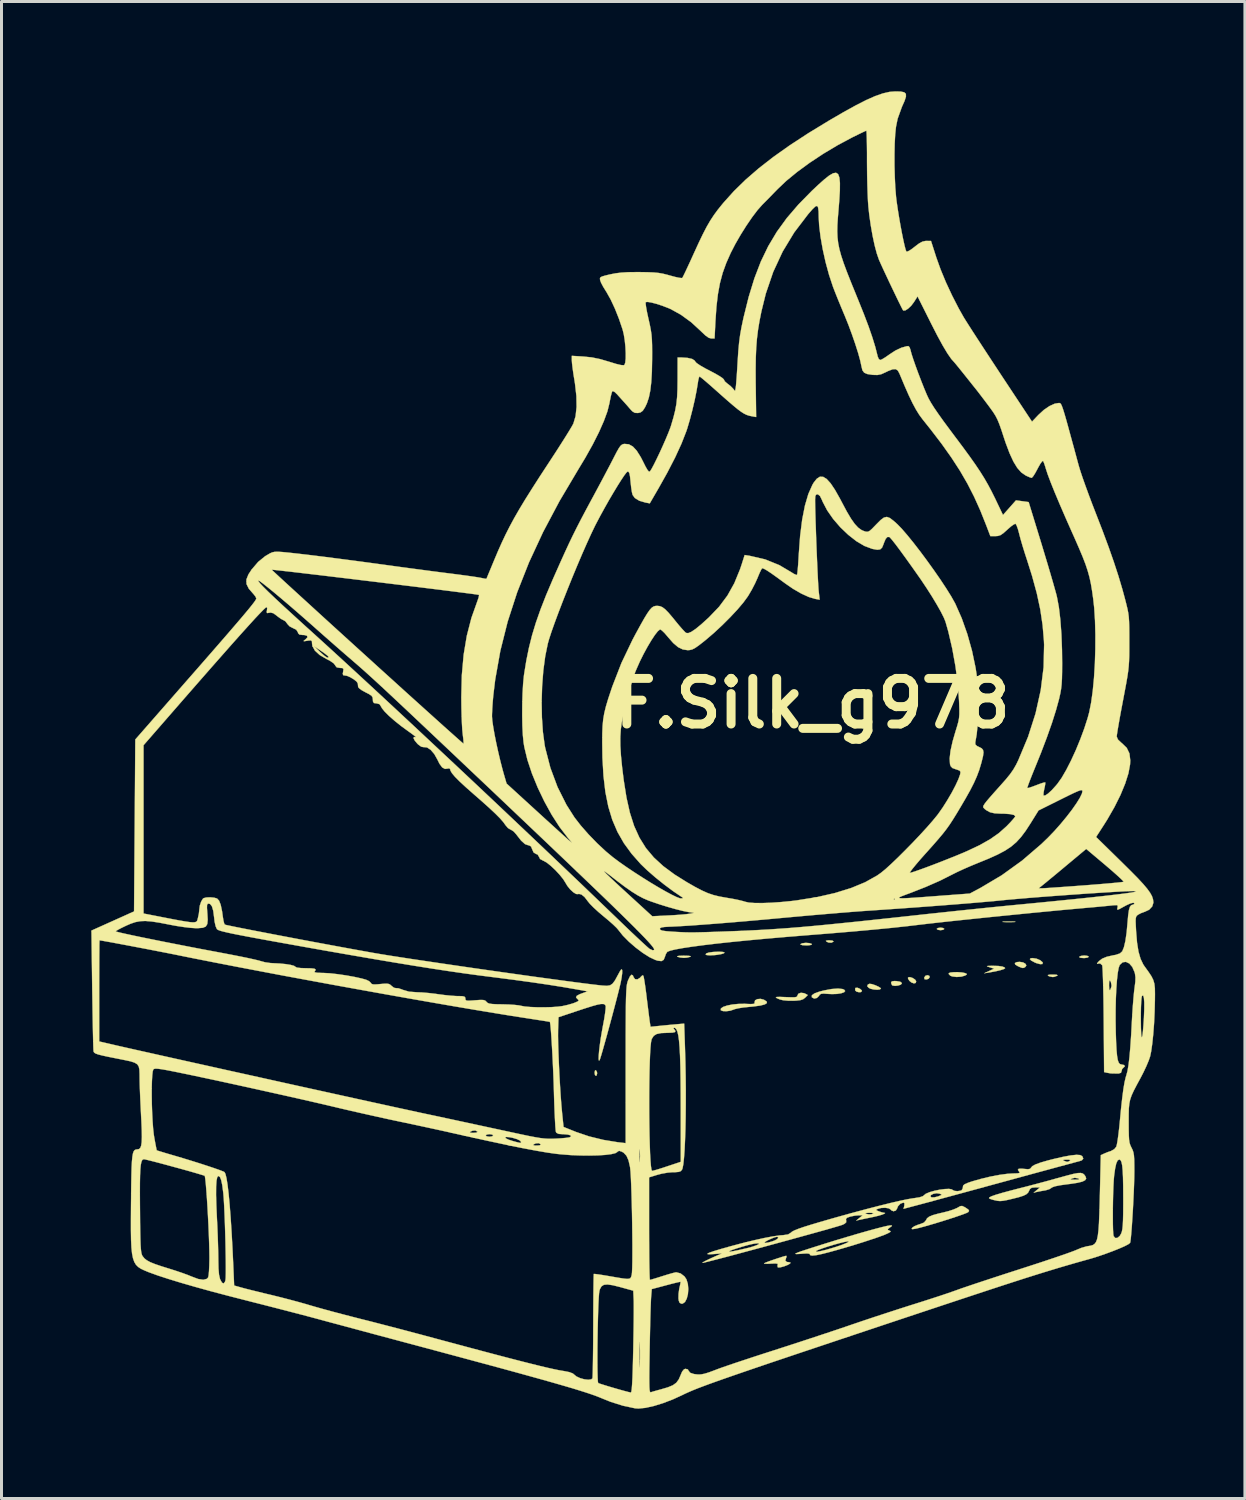
<source format=kicad_pcb>
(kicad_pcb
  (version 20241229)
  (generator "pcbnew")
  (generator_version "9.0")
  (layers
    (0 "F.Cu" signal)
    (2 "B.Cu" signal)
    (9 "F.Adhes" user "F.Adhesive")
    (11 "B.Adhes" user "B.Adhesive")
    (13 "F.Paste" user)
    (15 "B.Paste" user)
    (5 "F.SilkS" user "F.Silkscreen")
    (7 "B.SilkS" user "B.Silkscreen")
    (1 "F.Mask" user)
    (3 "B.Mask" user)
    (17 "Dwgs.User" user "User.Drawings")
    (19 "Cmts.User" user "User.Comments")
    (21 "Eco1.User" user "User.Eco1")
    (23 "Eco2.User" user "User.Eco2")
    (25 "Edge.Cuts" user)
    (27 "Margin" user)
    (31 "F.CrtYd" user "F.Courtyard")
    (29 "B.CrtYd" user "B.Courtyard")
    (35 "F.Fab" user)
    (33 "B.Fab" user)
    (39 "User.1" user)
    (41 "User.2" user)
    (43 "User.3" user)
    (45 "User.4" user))
  (footprint "F.Silk_g978"
    (layer "F.Cu")
    (at 24.098 20.451)
    (property "Reference" "F.Silk_g978" (at 0 0 0) (layer "F.SilkS") (effects (font (size 1.524 1.524) (thickness 0.3))))
    (attr through_hole)
    (fp_poly (pts (xy -7.203 12.315) (xy -7.197 12.364) (xy -7.215 12.431) (xy -7.239 12.446) (xy -7.271 12.41) (xy -7.281 12.338) (xy -7.268 12.266) (xy -7.239 12.255) (xy -7.203 12.315)) (stroke (width 0.01) (type solid)) (fill yes) (layer "F.SilkS"))
    (fp_poly (pts (xy 0.665 7.926) (xy 0.701 7.951) (xy 0.699 7.959) (xy 0.632 7.996) (xy 0.531 7.989) (xy 0.466 7.959) (xy 0.445 7.932) (xy 0.496 7.919) (xy 0.563 7.917) (xy 0.665 7.926)) (stroke (width 0.01) (type solid)) (fill yes) (layer "F.SilkS"))
    (fp_poly (pts (xy 3.899 9.102) (xy 3.916 9.144) (xy 3.88 9.198) (xy 3.817 9.222) (xy 3.744 9.218) (xy 3.731 9.167) (xy 3.733 9.158) (xy 3.773 9.101) (xy 3.841 9.081) (xy 3.899 9.102)) (stroke (width 0.01) (type solid)) (fill yes) (layer "F.SilkS"))
    (fp_poly (pts (xy 1.588 9.538) (xy 1.645 9.59) (xy 1.651 9.611) (xy 1.618 9.646) (xy 1.545 9.65) (xy 1.467 9.629) (xy 1.425 9.59) (xy 1.425 9.522) (xy 1.44 9.503) (xy 1.506 9.502) (xy 1.588 9.538)) (stroke (width 0.01) (type solid)) (fill yes) (layer "F.SilkS"))
    (fp_poly (pts (xy 3.343 9.174) (xy 3.425 9.227) (xy 3.463 9.282) (xy 3.448 9.341) (xy 3.386 9.355) (xy 3.303 9.324) (xy 3.238 9.271) (xy 3.191 9.199) (xy 3.19 9.157) (xy 3.253 9.145) (xy 3.343 9.174)) (stroke (width 0.01) (type solid)) (fill yes) (layer "F.SilkS"))
    (fp_poly (pts (xy 8.144 9.065) (xy 8.187 9.081) (xy 8.17 9.102) (xy 8.074 9.137) (xy 8.022 9.143) (xy 7.918 9.122) (xy 7.874 9.102) (xy 7.86 9.077) (xy 7.918 9.064) (xy 8.022 9.061) (xy 8.144 9.065)) (stroke (width 0.01) (type solid)) (fill yes) (layer "F.SilkS"))
    (fp_poly (pts (xy 6.724 7.291) (xy 6.742 7.293) (xy 6.784 7.3) (xy 6.75 7.305) (xy 6.647 7.308) (xy 6.562 7.309) (xy 6.424 7.307) (xy 6.35 7.303) (xy 6.348 7.297) (xy 6.382 7.293) (xy 6.55 7.286) (xy 6.724 7.291)) (stroke (width 0.01) (type solid)) (fill yes) (layer "F.SilkS"))
    (fp_poly (pts (xy -4.143 8.434) (xy -4.071 8.445) (xy -4.08 8.464) (xy -4.085 8.467) (xy -4.191 8.494) (xy -4.297 8.503) (xy -4.42 8.491) (xy -4.508 8.467) (xy -4.525 8.447) (xy -4.462 8.435) (xy -4.317 8.43) (xy -4.297 8.43) (xy -4.143 8.434)) (stroke (width 0.01) (type solid)) (fill yes) (layer "F.SilkS"))
    (fp_poly (pts (xy -0.1 8.011) (xy -0.029 8.036) (xy -0.021 8.043) (xy -0.042 8.069) (xy -0.137 8.084) (xy -0.212 8.086) (xy -0.34 8.078) (xy -0.401 8.058) (xy -0.402 8.043) (xy -0.347 8.016) (xy -0.242 8.002) (xy -0.212 8.001) (xy -0.1 8.011)) (stroke (width 0.01) (type solid)) (fill yes) (layer "F.SilkS"))
    (fp_poly (pts (xy 4.365 7.505) (xy 4.403 7.535) (xy 4.403 7.535) (xy 4.366 7.565) (xy 4.277 7.578) (xy 4.276 7.578) (xy 4.186 7.565) (xy 4.149 7.536) (xy 4.149 7.535) (xy 4.185 7.506) (xy 4.274 7.493) (xy 4.276 7.493) (xy 4.365 7.505)) (stroke (width 0.01) (type solid)) (fill yes) (layer "F.SilkS"))
    (fp_poly (pts (xy 7.033 8.654) (xy 7.113 8.699) (xy 7.144 8.755) (xy 7.109 8.808) (xy 7.058 8.836) (xy 7.012 8.84) (xy 6.939 8.815) (xy 6.866 8.783) (xy 6.772 8.726) (xy 6.759 8.676) (xy 6.825 8.644) (xy 6.919 8.636) (xy 7.033 8.654)) (stroke (width 0.01) (type solid)) (fill yes) (layer "F.SilkS"))
    (fp_poly (pts (xy 7.485 8.53) (xy 7.607 8.582) (xy 7.684 8.648) (xy 7.694 8.668) (xy 7.679 8.709) (xy 7.603 8.712) (xy 7.48 8.679) (xy 7.422 8.655) (xy 7.306 8.593) (xy 7.261 8.545) (xy 7.291 8.515) (xy 7.353 8.51) (xy 7.485 8.53)) (stroke (width 0.01) (type solid)) (fill yes) (layer "F.SilkS"))
    (fp_poly (pts (xy 9.18 8.435) (xy 9.228 8.462) (xy 9.229 8.467) (xy 9.191 8.493) (xy 9.097 8.508) (xy 9.057 8.509) (xy 8.95 8.5) (xy 8.909 8.476) (xy 8.911 8.467) (xy 8.967 8.438) (xy 9.07 8.424) (xy 9.083 8.424) (xy 9.18 8.435)) (stroke (width 0.01) (type solid)) (fill yes) (layer "F.SilkS"))
    (fp_poly (pts (xy 2.805 9.279) (xy 2.93 9.3) (xy 2.982 9.34) (xy 2.985 9.356) (xy 2.948 9.398) (xy 2.861 9.427) (xy 2.759 9.439) (xy 2.675 9.427) (xy 2.655 9.414) (xy 2.627 9.348) (xy 2.625 9.325) (xy 2.651 9.287) (xy 2.738 9.276) (xy 2.805 9.279)) (stroke (width 0.01) (type solid)) (fill yes) (layer "F.SilkS"))
    (fp_poly (pts (xy -2.991 8.305) (xy -2.94 8.323) (xy -2.96 8.349) (xy -3.045 8.376) (xy -3.187 8.401) (xy -3.267 8.41) (xy -3.431 8.418) (xy -3.538 8.409) (xy -3.571 8.393) (xy -3.555 8.356) (xy -3.468 8.326) (xy -3.322 8.305) (xy -3.133 8.297) (xy -3.119 8.297) (xy -2.991 8.305)) (stroke (width 0.01) (type solid)) (fill yes) (layer "F.SilkS"))
    (fp_poly (pts (xy 1.984 9.379) (xy 2.094 9.416) (xy 2.205 9.466) (xy 2.275 9.511) (xy 2.286 9.529) (xy 2.25 9.557) (xy 2.161 9.567) (xy 2.049 9.559) (xy 1.942 9.536) (xy 1.881 9.507) (xy 1.827 9.45) (xy 1.845 9.4) (xy 1.85 9.394) (xy 1.901 9.369) (xy 1.984 9.379)) (stroke (width 0.01) (type solid)) (fill yes) (layer "F.SilkS"))
    (fp_poly (pts (xy 4.987 8.989) (xy 5.09 9.01) (xy 5.1 9.013) (xy 5.157 9.041) (xy 5.143 9.067) (xy 5.092 9.095) (xy 4.969 9.131) (xy 4.813 9.141) (xy 4.668 9.123) (xy 4.603 9.098) (xy 4.553 9.046) (xy 4.552 9.014) (xy 4.607 8.992) (xy 4.716 8.981) (xy 4.852 8.98) (xy 4.987 8.989)) (stroke (width 0.01) (type solid)) (fill yes) (layer "F.SilkS"))
    (fp_poly (pts (xy 6.207 8.773) (xy 6.349 8.794) (xy 6.425 8.828) (xy 6.435 8.848) (xy 6.395 8.876) (xy 6.289 8.911) (xy 6.13 8.949) (xy 5.937 8.985) (xy 5.884 8.994) (xy 5.736 9.017) (xy 5.902 8.94) (xy 6.068 8.864) (xy 5.923 8.818) (xy 5.845 8.791) (xy 5.827 8.777) (xy 5.878 8.771) (xy 6.006 8.768) (xy 6.011 8.768) (xy 6.207 8.773)) (stroke (width 0.01) (type solid)) (fill yes) (layer "F.SilkS"))
    (fp_poly (pts (xy 1.004 9.544) (xy 1.057 9.566) (xy 1.091 9.611) (xy 1.053 9.652) (xy 0.958 9.685) (xy 0.82 9.707) (xy 0.65 9.713) (xy 0.511 9.706) (xy 0.369 9.696) (xy 0.286 9.704) (xy 0.239 9.735) (xy 0.215 9.774) (xy 0.144 9.843) (xy 0.054 9.862) (xy -0.019 9.823) (xy -0.025 9.815) (xy -0.022 9.752) (xy 0.065 9.69) (xy 0.234 9.629) (xy 0.384 9.591) (xy 0.641 9.543) (xy 0.852 9.528) (xy 1.004 9.544)) (stroke (width 0.01) (type solid)) (fill yes) (layer "F.SilkS"))
    (fp_poly (pts (xy -0.282 9.682) (xy -0.25 9.696) (xy -0.159 9.745) (xy -0.249 9.835) (xy -0.317 9.886) (xy -0.409 9.916) (xy -0.551 9.932) (xy -0.646 9.936) (xy -0.82 9.934) (xy -0.98 9.919) (xy -1.087 9.894) (xy -1.19 9.851) (xy -1.228 9.824) (xy -1.197 9.809) (xy -1.092 9.806) (xy -0.908 9.813) (xy -0.888 9.814) (xy -0.705 9.82) (xy -0.591 9.818) (xy -0.531 9.805) (xy -0.509 9.779) (xy -0.508 9.766) (xy -0.473 9.7) (xy -0.388 9.669) (xy -0.282 9.682)) (stroke (width 0.01) (type solid)) (fill yes) (layer "F.SilkS"))
    (fp_poly (pts (xy -0.867 18.488) (xy -0.886 18.536) (xy -0.908 18.621) (xy -0.858 18.663) (xy -0.795 18.669) (xy -0.736 18.682) (xy -0.749 18.715) (xy -0.827 18.761) (xy -0.952 18.81) (xy -1.076 18.843) (xy -1.153 18.844) (xy -1.166 18.836) (xy -1.17 18.768) (xy -1.161 18.748) (xy -1.17 18.722) (xy -1.247 18.713) (xy -1.392 18.719) (xy -1.521 18.725) (xy -1.603 18.72) (xy -1.62 18.709) (xy -1.568 18.684) (xy -1.459 18.642) (xy -1.316 18.592) (xy -1.162 18.54) (xy -1.022 18.495) (xy -0.917 18.465) (xy -0.877 18.457) (xy -0.867 18.488)) (stroke (width 0.01) (type solid)) (fill yes) (layer "F.SilkS"))
    (fp_poly (pts (xy -1.627 9.9) (xy -1.534 9.959) (xy -1.524 10.011) (xy -1.596 10.058) (xy -1.749 10.097) (xy -1.983 10.128) (xy -2.12 10.141) (xy -2.309 10.16) (xy -2.478 10.187) (xy -2.6 10.216) (xy -2.633 10.229) (xy -2.745 10.267) (xy -2.874 10.285) (xy -2.99 10.281) (xy -3.061 10.256) (xy -3.066 10.249) (xy -3.061 10.193) (xy -2.986 10.141) (xy -2.854 10.096) (xy -2.68 10.061) (xy -2.478 10.041) (xy -2.261 10.038) (xy -2.225 10.04) (xy -2.067 10.046) (xy -1.977 10.041) (xy -1.938 10.024) (xy -1.936 9.989) (xy -1.937 9.982) (xy -1.919 9.92) (xy -1.843 9.881) (xy -1.737 9.872) (xy -1.627 9.9)) (stroke (width 0.01) (type solid)) (fill yes) (layer "F.SilkS"))
    (fp_poly (pts (xy 5.074 16.826) (xy 5.12 16.853) (xy 5.208 16.914) (xy 5.23 16.957) (xy 5.202 16.997) (xy 5.146 17.026) (xy 5.024 17.073) (xy 4.849 17.134) (xy 4.638 17.204) (xy 4.406 17.278) (xy 4.166 17.352) (xy 3.934 17.421) (xy 3.726 17.481) (xy 3.555 17.526) (xy 3.446 17.551) (xy 3.344 17.567) (xy 3.31 17.559) (xy 3.33 17.522) (xy 3.335 17.516) (xy 3.408 17.466) (xy 3.527 17.418) (xy 3.576 17.404) (xy 3.723 17.347) (xy 3.789 17.272) (xy 3.826 17.204) (xy 3.897 17.149) (xy 4.017 17.099) (xy 4.199 17.048) (xy 4.352 17.013) (xy 4.535 16.967) (xy 4.702 16.913) (xy 4.823 16.862) (xy 4.843 16.851) (xy 4.934 16.799) (xy 4.997 16.791) (xy 5.074 16.826)) (stroke (width 0.01) (type solid)) (fill yes) (layer "F.SilkS"))
    (fp_poly (pts (xy 2.654 17.445) (xy 2.645 17.468) (xy 2.584 17.512) (xy 2.518 17.564) (xy 2.518 17.592) (xy 2.564 17.612) (xy 2.61 17.635) (xy 2.593 17.663) (xy 2.519 17.705) (xy 2.398 17.758) (xy 2.211 17.827) (xy 1.972 17.908) (xy 1.698 17.998) (xy 1.403 18.09) (xy 1.103 18.18) (xy 0.813 18.264) (xy 0.548 18.337) (xy 0.324 18.394) (xy 0.157 18.43) (xy 0.116 18.437) (xy -0.013 18.45) (xy -0.075 18.437) (xy -0.085 18.415) (xy -0.109 18.388) (xy -0.19 18.378) (xy -0.34 18.386) (xy -0.37 18.389) (xy -0.48 18.397) (xy -0.55 18.399) (xy -0.576 18.391) (xy -0.55 18.372) (xy -0.47 18.338) (xy -0.408 18.317) (xy 0.112 18.317) (xy 0.167 18.319) (xy 0.282 18.298) (xy 0.448 18.258) (xy 0.655 18.198) (xy 0.792 18.156) (xy 0.978 18.093) (xy 1.113 18.04) (xy 1.192 18) (xy 1.207 17.979) (xy 1.154 17.978) (xy 1.047 17.998) (xy 0.886 18.038) (xy 0.7 18.09) (xy 0.509 18.148) (xy 0.337 18.205) (xy 0.202 18.255) (xy 0.128 18.29) (xy 0.127 18.291) (xy 0.112 18.317) (xy -0.408 18.317) (xy -0.328 18.289) (xy -0.12 18.221) (xy 0.16 18.132) (xy 0.423 18.049) (xy 0.795 17.934) (xy 1.158 17.825) (xy 1.501 17.724) (xy 1.816 17.634) (xy 2.092 17.558) (xy 2.319 17.499) (xy 2.487 17.459) (xy 2.587 17.442) (xy 2.599 17.441) (xy 2.654 17.445)) (stroke (width 0.01) (type solid)) (fill yes) (layer "F.SilkS"))
    (fp_poly (pts (xy 9.028 15.706) (xy 9.078 15.745) (xy 9.119 15.803) (xy 9.143 15.874) (xy 9.109 15.931) (xy 9.013 15.979) (xy 8.847 16.019) (xy 8.605 16.056) (xy 8.534 16.064) (xy 8.274 16.1) (xy 8.096 16.136) (xy 7.999 16.173) (xy 7.987 16.184) (xy 7.915 16.23) (xy 7.799 16.266) (xy 7.768 16.272) (xy 7.629 16.296) (xy 7.508 16.32) (xy 7.493 16.323) (xy 7.387 16.348) (xy 7.493 16.261) (xy 7.599 16.173) (xy 7.439 16.172) (xy 7.326 16.182) (xy 7.265 16.225) (xy 7.24 16.275) (xy 7.203 16.346) (xy 7.142 16.402) (xy 7.044 16.45) (xy 6.892 16.499) (xy 6.681 16.552) (xy 6.493 16.596) (xy 6.363 16.62) (xy 6.265 16.628) (xy 6.176 16.62) (xy 6.071 16.597) (xy 6.062 16.595) (xy 5.96 16.566) (xy 5.899 16.538) (xy 5.897 16.537) (xy 5.905 16.508) (xy 5.979 16.469) (xy 6.122 16.418) (xy 6.338 16.354) (xy 6.631 16.275) (xy 6.858 16.216) (xy 7.165 16.138) (xy 7.514 16.046) (xy 7.868 15.951) (xy 8.073 15.894) (xy 8.625 15.894) (xy 8.627 15.907) (xy 8.701 15.912) (xy 8.763 15.913) (xy 8.873 15.91) (xy 8.909 15.898) (xy 8.879 15.871) (xy 8.878 15.871) (xy 8.762 15.85) (xy 8.687 15.869) (xy 8.625 15.894) (xy 8.073 15.894) (xy 8.186 15.863) (xy 8.25 15.845) (xy 8.518 15.771) (xy 8.717 15.72) (xy 8.861 15.693) (xy 8.96 15.689) (xy 9.028 15.706)) (stroke (width 0.01) (type solid)) (fill yes) (layer "F.SilkS"))
    (fp_poly (pts (xy 8.942 15.091) (xy 9.011 15.127) (xy 9.012 15.128) (xy 9.046 15.209) (xy 8.999 15.267) (xy 8.922 15.293) (xy 8.865 15.308) (xy 8.733 15.343) (xy 8.535 15.397) (xy 8.278 15.466) (xy 7.97 15.55) (xy 7.619 15.645) (xy 7.232 15.75) (xy 6.816 15.864) (xy 6.498 15.951) (xy 6.049 16.073) (xy 5.607 16.194) (xy 5.184 16.309) (xy 4.788 16.417) (xy 4.429 16.514) (xy 4.117 16.599) (xy 3.863 16.668) (xy 3.675 16.718) (xy 3.605 16.737) (xy 3.04 16.887) (xy 3.066 16.783) (xy 3.07 16.7) (xy 3.036 16.679) (xy 2.936 16.716) (xy 2.854 16.803) (xy 2.829 16.869) (xy 2.784 16.944) (xy 2.706 16.969) (xy 2.632 16.938) (xy 2.616 16.917) (xy 2.549 16.872) (xy 2.431 16.852) (xy 2.293 16.859) (xy 2.18 16.889) (xy 2.128 16.916) (xy 2.144 16.94) (xy 2.215 16.971) (xy 2.316 17.005) (xy 2.382 17.018) (xy 2.426 17.027) (xy 2.4 17.051) (xy 2.318 17.084) (xy 2.192 17.121) (xy 2.035 17.158) (xy 2.024 17.16) (xy 1.851 17.196) (xy 1.695 17.228) (xy 1.588 17.251) (xy 1.58 17.253) (xy 1.46 17.279) (xy 1.566 17.192) (xy 1.672 17.105) (xy 1.545 17.104) (xy 1.417 17.115) (xy 1.272 17.144) (xy 1.257 17.148) (xy 1.154 17.185) (xy 1.117 17.227) (xy 1.123 17.275) (xy 1.124 17.339) (xy 1.067 17.389) (xy 1 17.421) (xy 0.928 17.445) (xy 0.784 17.488) (xy 0.577 17.548) (xy 0.316 17.622) (xy 0.011 17.707) (xy -0.329 17.801) (xy -0.695 17.902) (xy -1.078 18.007) (xy -1.467 18.113) (xy -1.854 18.218) (xy -2.229 18.319) (xy -2.583 18.414) (xy -2.906 18.5) (xy -3.189 18.574) (xy -3.424 18.634) (xy -3.599 18.678) (xy -3.662 18.693) (xy -3.68 18.688) (xy -3.631 18.656) (xy -3.577 18.627) (xy -3.427 18.554) (xy -3.26 18.479) (xy -3.217 18.46) (xy -3.027 18.378) (xy -3.302 18.399) (xy -3.438 18.407) (xy -3.508 18.401) (xy -3.509 18.383) (xy -3.439 18.349) (xy -3.328 18.312) (xy -2.794 18.312) (xy -2.754 18.317) (xy -2.636 18.3) (xy -2.443 18.26) (xy -2.182 18.2) (xy -2.007 18.152) (xy -1.878 18.108) (xy -1.802 18.072) (xy -1.786 18.048) (xy -1.838 18.04) (xy -1.947 18.051) (xy -2.056 18.073) (xy -2.202 18.11) (xy -2.366 18.157) (xy -2.527 18.207) (xy -2.666 18.253) (xy -2.761 18.291) (xy -2.794 18.312) (xy -3.328 18.312) (xy -3.294 18.3) (xy -3.073 18.233) (xy -2.772 18.148) (xy -2.762 18.145) (xy -2.354 18.036) (xy -2.269 18.015) (xy -1.609 18.015) (xy -1.573 18.027) (xy -1.481 18.013) (xy -1.354 17.977) (xy -1.259 17.943) (xy -1.175 17.895) (xy -1.143 17.85) (xy -1.173 17.825) (xy -1.196 17.823) (xy -1.267 17.84) (xy -1.371 17.881) (xy -1.482 17.932) (xy -1.57 17.981) (xy -1.609 18.014) (xy -1.609 18.015) (xy -2.269 18.015) (xy -1.971 17.942) (xy -1.625 17.865) (xy -1.329 17.809) (xy -1.094 17.775) (xy -0.981 17.767) (xy -0.817 17.743) (xy -0.73 17.689) (xy -0.688 17.653) (xy -0.608 17.61) (xy -0.482 17.559) (xy -0.304 17.497) (xy -0.068 17.423) (xy 0.233 17.333) (xy 0.607 17.225) (xy 0.808 17.168) (xy 1.268 17.04) (xy 1.766 17.04) (xy 1.798 17.057) (xy 1.883 17.072) (xy 1.972 17.067) (xy 2.027 17.045) (xy 2.032 17.034) (xy 1.995 17.024) (xy 1.902 17.021) (xy 1.873 17.021) (xy 1.78 17.027) (xy 1.766 17.04) (xy 1.268 17.04) (xy 1.313 17.028) (xy 1.784 16.901) (xy 2.214 16.79) (xy 2.595 16.695) (xy 2.919 16.62) (xy 3.179 16.566) (xy 3.368 16.534) (xy 3.398 16.531) (xy 3.578 16.502) (xy 3.681 16.467) (xy 3.937 16.467) (xy 3.972 16.503) (xy 4.064 16.505) (xy 4.19 16.474) (xy 4.22 16.463) (xy 4.3 16.429) (xy 4.306 16.407) (xy 4.243 16.38) (xy 4.145 16.367) (xy 4.04 16.385) (xy 3.96 16.426) (xy 3.937 16.467) (xy 3.681 16.467) (xy 3.69 16.464) (xy 3.719 16.438) (xy 3.785 16.384) (xy 3.908 16.332) (xy 4.069 16.286) (xy 4.245 16.249) (xy 4.415 16.227) (xy 4.559 16.221) (xy 4.654 16.238) (xy 4.678 16.256) (xy 4.738 16.287) (xy 4.839 16.297) (xy 4.941 16.283) (xy 4.982 16.265) (xy 5.02 16.201) (xy 5.024 16.152) (xy 5.035 16.106) (xy 5.088 16.063) (xy 5.197 16.016) (xy 5.334 15.97) (xy 5.633 15.885) (xy 5.945 15.81) (xy 6.247 15.753) (xy 6.515 15.717) (xy 6.702 15.706) (xy 6.843 15.702) (xy 6.911 15.69) (xy 6.918 15.665) (xy 6.909 15.655) (xy 6.86 15.586) (xy 6.887 15.55) (xy 6.989 15.545) (xy 7.065 15.553) (xy 7.197 15.564) (xy 7.268 15.551) (xy 7.296 15.517) (xy 7.344 15.461) (xy 7.449 15.404) (xy 7.619 15.342) (xy 7.861 15.272) (xy 7.901 15.262) (xy 8.367 15.262) (xy 8.403 15.282) (xy 8.488 15.315) (xy 8.54 15.313) (xy 8.594 15.282) (xy 8.613 15.256) (xy 8.56 15.245) (xy 8.488 15.244) (xy 8.389 15.249) (xy 8.367 15.262) (xy 7.901 15.262) (xy 8.053 15.223) (xy 8.38 15.148) (xy 8.633 15.102) (xy 8.818 15.083) (xy 8.942 15.091)) (stroke (width 0.01) (type solid)) (fill yes) (layer "F.SilkS"))
    (fp_poly (pts (xy 2.943 -20.442) (xy 3.062 -20.418) (xy 3.119 -20.365) (xy 3.121 -20.272) (xy 3.073 -20.125) (xy 2.987 -19.933) (xy 2.843 -19.534) (xy 2.788 -19.262) (xy 2.762 -19.014) (xy 2.745 -18.703) (xy 2.738 -18.349) (xy 2.738 -17.973) (xy 2.748 -17.596) (xy 2.765 -17.239) (xy 2.791 -16.921) (xy 2.81 -16.764) (xy 2.847 -16.511) (xy 2.89 -16.243) (xy 2.937 -15.973) (xy 2.985 -15.717) (xy 3.032 -15.487) (xy 3.074 -15.298) (xy 3.109 -15.164) (xy 3.134 -15.098) (xy 3.136 -15.096) (xy 3.184 -15.101) (xy 3.28 -15.156) (xy 3.406 -15.25) (xy 3.411 -15.255) (xy 3.558 -15.366) (xy 3.671 -15.428) (xy 3.773 -15.451) (xy 3.804 -15.452) (xy 3.958 -15.451) (xy 4.138 -14.891) (xy 4.278 -14.5) (xy 4.456 -14.07) (xy 4.662 -13.628) (xy 4.881 -13.201) (xy 5.052 -12.898) (xy 5.118 -12.792) (xy 5.224 -12.625) (xy 5.365 -12.405) (xy 5.535 -12.143) (xy 5.728 -11.847) (xy 5.938 -11.526) (xy 6.159 -11.19) (xy 6.291 -10.989) (xy 7.333 -9.413) (xy 7.545 -9.637) (xy 7.727 -9.804) (xy 7.916 -9.933) (xy 8.091 -10.013) (xy 8.206 -10.033) (xy 8.232 -10.035) (xy 8.254 -10.035) (xy 8.275 -10.027) (xy 8.296 -10.006) (xy 8.319 -9.963) (xy 8.347 -9.893) (xy 8.382 -9.789) (xy 8.426 -9.645) (xy 8.481 -9.454) (xy 8.549 -9.209) (xy 8.632 -8.904) (xy 8.734 -8.533) (xy 8.854 -8.088) (xy 8.895 -7.938) (xy 8.946 -7.769) (xy 9.023 -7.538) (xy 9.121 -7.262) (xy 9.232 -6.958) (xy 9.351 -6.642) (xy 9.448 -6.392) (xy 9.686 -5.778) (xy 9.891 -5.226) (xy 10.067 -4.724) (xy 10.219 -4.259) (xy 10.35 -3.818) (xy 10.433 -3.514) (xy 10.483 -3.319) (xy 10.521 -3.162) (xy 10.548 -3.023) (xy 10.566 -2.885) (xy 10.576 -2.731) (xy 10.581 -2.541) (xy 10.583 -2.298) (xy 10.583 -2.071) (xy 10.583 -1.808) (xy 10.581 -1.594) (xy 10.575 -1.412) (xy 10.564 -1.246) (xy 10.546 -1.078) (xy 10.519 -0.893) (xy 10.481 -0.673) (xy 10.43 -0.401) (xy 10.372 -0.093) (xy 10.315 0.207) (xy 10.264 0.483) (xy 10.222 0.724) (xy 10.189 0.917) (xy 10.169 1.05) (xy 10.163 1.11) (xy 10.205 1.209) (xy 10.325 1.322) (xy 10.343 1.335) (xy 10.498 1.486) (xy 10.588 1.672) (xy 10.616 1.904) (xy 10.609 2.042) (xy 10.554 2.337) (xy 10.445 2.681) (xy 10.288 3.061) (xy 10.087 3.464) (xy 9.849 3.879) (xy 9.733 4.063) (xy 9.474 4.464) (xy 10.339 5.312) (xy 10.629 5.599) (xy 10.863 5.836) (xy 11.045 6.032) (xy 11.181 6.193) (xy 11.278 6.327) (xy 11.341 6.441) (xy 11.375 6.543) (xy 11.387 6.64) (xy 11.388 6.658) (xy 11.349 6.785) (xy 11.247 6.894) (xy 11.102 6.962) (xy 11.098 6.963) (xy 10.973 7.009) (xy 10.884 7.056) (xy 10.841 7.087) (xy 10.814 7.124) (xy 10.799 7.182) (xy 10.795 7.279) (xy 10.801 7.43) (xy 10.811 7.619) (xy 10.842 7.993) (xy 10.89 8.293) (xy 10.959 8.533) (xy 11.049 8.722) (xy 11.091 8.784) (xy 11.226 8.971) (xy 11.322 9.115) (xy 11.384 9.24) (xy 11.421 9.367) (xy 11.438 9.517) (xy 11.441 9.712) (xy 11.439 9.922) (xy 11.429 10.311) (xy 11.411 10.692) (xy 11.384 11.049) (xy 11.351 11.366) (xy 11.314 11.628) (xy 11.279 11.796) (xy 11.231 11.935) (xy 11.153 12.121) (xy 11.056 12.327) (xy 10.973 12.488) (xy 10.836 12.741) (xy 10.733 12.939) (xy 10.66 13.098) (xy 10.612 13.238) (xy 10.583 13.378) (xy 10.568 13.535) (xy 10.564 13.728) (xy 10.563 13.975) (xy 10.563 13.991) (xy 10.564 14.25) (xy 10.568 14.44) (xy 10.576 14.577) (xy 10.591 14.677) (xy 10.615 14.755) (xy 10.648 14.828) (xy 10.658 14.847) (xy 10.696 14.926) (xy 10.722 15.006) (xy 10.739 15.106) (xy 10.748 15.243) (xy 10.751 15.433) (xy 10.752 15.63) (xy 10.749 15.836) (xy 10.742 16.084) (xy 10.731 16.36) (xy 10.717 16.651) (xy 10.702 16.945) (xy 10.684 17.228) (xy 10.667 17.487) (xy 10.649 17.71) (xy 10.633 17.883) (xy 10.618 17.993) (xy 10.609 18.026) (xy 10.55 18.072) (xy 10.426 18.136) (xy 10.249 18.214) (xy 10.036 18.299) (xy 9.801 18.386) (xy 9.559 18.47) (xy 9.325 18.543) (xy 9.248 18.565) (xy 8.993 18.636) (xy 8.746 18.706) (xy 8.502 18.777) (xy 8.256 18.849) (xy 8.001 18.926) (xy 7.732 19.008) (xy 7.443 19.098) (xy 7.129 19.197) (xy 6.784 19.308) (xy 6.401 19.432) (xy 5.976 19.571) (xy 5.503 19.727) (xy 4.976 19.901) (xy 4.388 20.096) (xy 3.735 20.313) (xy 3.011 20.554) (xy 2.561 20.704) (xy 1.713 20.987) (xy 0.941 21.245) (xy 0.242 21.479) (xy -0.389 21.69) (xy -0.956 21.881) (xy -1.462 22.051) (xy -1.911 22.204) (xy -2.309 22.34) (xy -2.657 22.46) (xy -2.961 22.566) (xy -3.225 22.659) (xy -3.453 22.741) (xy -3.647 22.813) (xy -3.814 22.876) (xy -3.955 22.932) (xy -4.076 22.983) (xy -4.181 23.029) (xy -4.273 23.071) (xy -4.333 23.101) (xy -4.664 23.253) (xy -4.992 23.379) (xy -5.303 23.475) (xy -5.582 23.537) (xy -5.814 23.56) (xy -5.927 23.553) (xy -6.333 23.466) (xy -6.749 23.335) (xy -6.993 23.237) (xy -7.104 23.191) (xy -7.232 23.141) (xy -7.383 23.087) (xy -7.559 23.028) (xy -7.767 22.962) (xy -8.01 22.887) (xy -8.293 22.804) (xy -8.619 22.71) (xy -8.993 22.604) (xy -9.421 22.485) (xy -9.905 22.351) (xy -10.45 22.202) (xy -11.061 22.037) (xy -11.743 21.853) (xy -12.498 21.65) (xy -13.102 21.488) (xy -13.578 21.361) (xy -14.058 21.232) (xy -14.531 21.106) (xy -14.984 20.984) (xy -15.407 20.87) (xy -15.789 20.767) (xy -16.119 20.679) (xy -16.385 20.607) (xy -16.51 20.573) (xy -16.797 20.496) (xy -17.147 20.404) (xy -17.539 20.302) (xy -17.953 20.195) (xy -18.37 20.088) (xy -18.769 19.987) (xy -18.881 19.958) (xy -19.502 19.799) (xy -20.085 19.645) (xy -20.62 19.497) (xy -21.102 19.358) (xy -21.523 19.229) (xy -21.877 19.114) (xy -22.156 19.013) (xy -22.203 18.995) (xy -22.332 18.941) (xy -22.441 18.889) (xy -22.531 18.83) (xy -22.604 18.757) (xy -22.661 18.663) (xy -22.704 18.539) (xy -22.736 18.38) (xy -22.757 18.176) (xy -22.769 17.921) (xy -22.774 17.608) (xy -22.774 17.228) (xy -22.771 16.774) (xy -22.768 16.531) (xy -22.767 16.361) (xy -22.474 16.361) (xy -22.472 16.763) (xy -22.47 16.956) (xy -22.467 17.342) (xy -22.462 17.653) (xy -22.457 17.897) (xy -22.451 18.084) (xy -22.442 18.222) (xy -22.431 18.322) (xy -22.417 18.391) (xy -22.4 18.439) (xy -22.383 18.469) (xy -22.325 18.542) (xy -22.244 18.606) (xy -22.13 18.669) (xy -21.968 18.734) (xy -21.747 18.809) (xy -21.506 18.884) (xy -21.281 18.955) (xy -21.062 19.029) (xy -20.873 19.098) (xy -20.743 19.151) (xy -20.526 19.232) (xy -20.356 19.258) (xy -20.239 19.228) (xy -20.194 19.18) (xy -20.178 19.108) (xy -20.165 18.97) (xy -20.156 18.781) (xy -20.151 18.559) (xy -20.151 18.492) (xy -20.154 18.278) (xy -20.161 18.021) (xy -20.171 17.735) (xy -20.184 17.431) (xy -20.2 17.121) (xy -20.217 16.817) (xy -20.235 16.531) (xy -20.243 16.421) (xy -19.929 16.421) (xy -19.919 16.781) (xy -19.903 17.145) (xy -19.887 17.459) (xy -19.874 17.78) (xy -19.864 18.086) (xy -19.857 18.355) (xy -19.854 18.565) (xy -19.854 18.596) (xy -19.848 18.882) (xy -19.83 19.09) (xy -19.798 19.228) (xy -19.793 19.242) (xy -19.732 19.353) (xy -19.678 19.382) (xy -19.633 19.328) (xy -19.616 19.275) (xy -19.608 19.197) (xy -19.604 19.047) (xy -19.603 18.838) (xy -19.605 18.582) (xy -19.61 18.293) (xy -19.616 17.982) (xy -19.625 17.662) (xy -19.635 17.347) (xy -19.647 17.048) (xy -19.659 16.779) (xy -19.672 16.552) (xy -19.686 16.379) (xy -19.69 16.342) (xy -19.722 16.096) (xy -19.758 15.927) (xy -19.798 15.828) (xy -19.846 15.791) (xy -19.853 15.79) (xy -19.889 15.829) (xy -19.914 15.947) (xy -19.927 16.144) (xy -19.929 16.421) (xy -20.243 16.421) (xy -20.254 16.275) (xy -20.271 16.06) (xy -20.288 15.9) (xy -20.302 15.805) (xy -20.309 15.785) (xy -20.356 15.767) (xy -20.471 15.732) (xy -20.64 15.682) (xy -20.849 15.622) (xy -21.086 15.556) (xy -21.336 15.488) (xy -21.585 15.42) (xy -21.82 15.357) (xy -22.027 15.303) (xy -22.192 15.262) (xy -22.301 15.236) (xy -22.328 15.231) (xy -22.367 15.235) (xy -22.4 15.264) (xy -22.425 15.325) (xy -22.445 15.425) (xy -22.459 15.572) (xy -22.468 15.772) (xy -22.473 16.033) (xy -22.474 16.361) (xy -22.767 16.361) (xy -22.764 16.116) (xy -22.758 15.778) (xy -22.751 15.508) (xy -22.74 15.3) (xy -22.725 15.146) (xy -22.706 15.037) (xy -22.681 14.966) (xy -22.648 14.925) (xy -22.608 14.906) (xy -22.561 14.901) (xy -22.504 14.891) (xy -22.461 14.852) (xy -22.432 14.778) (xy -22.414 14.658) (xy -22.408 14.484) (xy -22.412 14.247) (xy -22.425 13.938) (xy -22.433 13.801) (xy -22.447 13.51) (xy -22.461 13.221) (xy -22.465 13.122) (xy -22.078 13.122) (xy -22.074 13.403) (xy -22.064 13.686) (xy -22.05 13.958) (xy -22.032 14.204) (xy -22.009 14.411) (xy -21.995 14.499) (xy -21.963 14.677) (xy -21.935 14.82) (xy -21.917 14.911) (xy -21.91 14.933) (xy -21.869 14.948) (xy -21.76 14.981) (xy -21.599 15.03) (xy -21.401 15.088) (xy -21.312 15.114) (xy -21.039 15.195) (xy -20.758 15.281) (xy -20.483 15.367) (xy -20.225 15.451) (xy -20 15.526) (xy -19.818 15.59) (xy -19.695 15.637) (xy -19.649 15.659) (xy -19.615 15.722) (xy -19.58 15.866) (xy -19.545 16.086) (xy -19.51 16.379) (xy -19.476 16.74) (xy -19.443 17.166) (xy -19.411 17.653) (xy -19.381 18.196) (xy -19.353 18.791) (xy -19.353 18.795) (xy -19.325 19.45) (xy -19.071 19.521) (xy -18.945 19.555) (xy -18.755 19.603) (xy -18.523 19.66) (xy -18.267 19.723) (xy -18.076 19.768) (xy -17.785 19.84) (xy -17.475 19.92) (xy -17.173 20.001) (xy -16.91 20.075) (xy -16.801 20.108) (xy -16.608 20.164) (xy -16.352 20.236) (xy -16.051 20.318) (xy -15.723 20.405) (xy -15.387 20.492) (xy -15.15 20.553) (xy -14.772 20.648) (xy -14.347 20.758) (xy -13.903 20.873) (xy -13.471 20.987) (xy -13.08 21.091) (xy -12.954 21.125) (xy -12.236 21.318) (xy -11.595 21.49) (xy -11.026 21.642) (xy -10.524 21.775) (xy -10.085 21.89) (xy -9.704 21.988) (xy -9.376 22.071) (xy -9.097 22.14) (xy -8.861 22.196) (xy -8.664 22.24) (xy -8.502 22.274) (xy -8.369 22.298) (xy -8.298 22.309) (xy -8.125 22.344) (xy -8.008 22.389) (xy -7.973 22.418) (xy -7.89 22.487) (xy -7.767 22.544) (xy -7.627 22.583) (xy -7.495 22.598) (xy -7.395 22.585) (xy -7.353 22.55) (xy -7.349 22.496) (xy -7.344 22.368) (xy -7.34 22.173) (xy -7.336 21.921) (xy -7.335 21.832) (xy -7.188 21.832) (xy -7.188 22.105) (xy -7.185 22.34) (xy -7.18 22.527) (xy -7.173 22.653) (xy -7.162 22.707) (xy -7.161 22.708) (xy -7.104 22.73) (xy -6.985 22.768) (xy -6.824 22.818) (xy -6.64 22.872) (xy -6.454 22.926) (xy -6.284 22.973) (xy -6.151 23.008) (xy -6.075 23.025) (xy -6.069 23.026) (xy -6.054 22.998) (xy -6.041 22.91) (xy -6.029 22.758) (xy -6.017 22.536) (xy -6.007 22.241) (xy -5.997 21.868) (xy -5.995 21.759) (xy -5.782 21.759) (xy -5.782 21.962) (xy -5.78 22.105) (xy -5.777 22.18) (xy -5.773 22.182) (xy -5.768 22.109) (xy -5.763 21.88) (xy -5.763 21.625) (xy -5.768 21.41) (xy -5.773 21.336) (xy -5.777 21.34) (xy -5.78 21.417) (xy -5.782 21.561) (xy -5.782 21.759) (xy -5.995 21.759) (xy -5.991 21.622) (xy -5.985 21.269) (xy -5.979 20.931) (xy -5.975 20.619) (xy -5.973 20.346) (xy -5.973 20.126) (xy -5.974 19.971) (xy -5.976 19.918) (xy -5.99 19.622) (xy -6.434 19.5) (xy -6.674 19.44) (xy -6.849 19.415) (xy -6.97 19.426) (xy -7.051 19.477) (xy -7.102 19.568) (xy -7.119 19.622) (xy -7.132 19.706) (xy -7.143 19.858) (xy -7.154 20.066) (xy -7.163 20.318) (xy -7.171 20.602) (xy -7.178 20.907) (xy -7.183 21.222) (xy -7.187 21.534) (xy -7.188 21.832) (xy -7.335 21.832) (xy -7.332 21.622) (xy -7.329 21.285) (xy -7.328 20.92) (xy -7.327 20.785) (xy -7.326 20.414) (xy -7.324 20.069) (xy -7.322 19.761) (xy -7.319 19.498) (xy -7.316 19.289) (xy -7.313 19.144) (xy -7.31 19.07) (xy -7.309 19.063) (xy -7.264 19.065) (xy -7.153 19.079) (xy -6.99 19.104) (xy -6.793 19.137) (xy -6.77 19.141) (xy -6.517 19.185) (xy -6.335 19.214) (xy -6.211 19.228) (xy -6.134 19.226) (xy -6.089 19.206) (xy -6.064 19.169) (xy -6.047 19.113) (xy -6.041 19.092) (xy -6.032 19.011) (xy -6.025 18.857) (xy -6.02 18.641) (xy -6.019 18.376) (xy -6.019 18.071) (xy -6.022 17.74) (xy -6.026 17.394) (xy -6.032 17.044) (xy -6.04 16.702) (xy -6.049 16.379) (xy -6.059 16.087) (xy -6.07 15.837) (xy -6.082 15.641) (xy -6.095 15.511) (xy -6.097 15.494) (xy -6.148 15.27) (xy -6.216 15.114) (xy -6.217 15.113) (xy -5.785 15.113) (xy -5.783 15.25) (xy -5.779 15.324) (xy -5.773 15.327) (xy -5.769 15.293) (xy -5.762 15.124) (xy -5.767 14.951) (xy -5.769 14.933) (xy -5.776 14.891) (xy -5.781 14.925) (xy -5.784 15.027) (xy -5.785 15.113) (xy -6.217 15.113) (xy -6.311 15.013) (xy -6.376 14.976) (xy -6.463 14.949) (xy -6.511 14.974) (xy -6.519 14.986) (xy -6.588 15.028) (xy -6.728 15.061) (xy -6.928 15.086) (xy -7.176 15.102) (xy -7.459 15.108) (xy -7.765 15.105) (xy -8.082 15.092) (xy -8.397 15.067) (xy -8.555 15.051) (xy -8.855 15.009) (xy -9.236 14.944) (xy -9.699 14.857) (xy -10.181 14.759) (xy -9.334 14.759) (xy -9.283 14.772) (xy -9.216 14.774) (xy -9.114 14.765) (xy -9.078 14.74) (xy -9.081 14.732) (xy -9.147 14.694) (xy -9.248 14.702) (xy -9.313 14.732) (xy -9.334 14.759) (xy -10.181 14.759) (xy -10.242 14.746) (xy -10.866 14.613) (xy -11.369 14.502) (xy -10.273 14.502) (xy -10.241 14.535) (xy -10.15 14.579) (xy -10.007 14.625) (xy -9.863 14.664) (xy -9.782 14.682) (xy -9.746 14.68) (xy -9.737 14.662) (xy -9.737 14.654) (xy -9.775 14.607) (xy -9.876 14.558) (xy -10.02 14.515) (xy -10.13 14.494) (xy -10.237 14.486) (xy -10.273 14.502) (xy -11.369 14.502) (xy -11.572 14.457) (xy -11.668 14.436) (xy -10.922 14.436) (xy -10.885 14.465) (xy -10.797 14.478) (xy -10.795 14.478) (xy -10.706 14.466) (xy -10.668 14.436) (xy -10.668 14.436) (xy -10.705 14.406) (xy -10.793 14.393) (xy -10.795 14.393) (xy -10.884 14.406) (xy -10.922 14.435) (xy -10.922 14.436) (xy -11.668 14.436) (xy -11.832 14.399) (xy -12.114 14.336) (xy -11.451 14.336) (xy -11.4 14.348) (xy -11.332 14.35) (xy -11.23 14.341) (xy -11.194 14.316) (xy -11.197 14.309) (xy -11.264 14.271) (xy -11.364 14.279) (xy -11.43 14.309) (xy -11.451 14.336) (xy -12.114 14.336) (xy -12.164 14.324) (xy -12.55 14.239) (xy -12.96 14.15) (xy -13.364 14.063) (xy -13.734 13.985) (xy -13.801 13.971) (xy -14.15 13.897) (xy -14.553 13.808) (xy -14.983 13.712) (xy -15.411 13.615) (xy -15.81 13.522) (xy -15.981 13.481) (xy -16.337 13.397) (xy -16.762 13.299) (xy -17.24 13.19) (xy -17.757 13.074) (xy -18.297 12.954) (xy -18.847 12.832) (xy -19.39 12.713) (xy -19.914 12.599) (xy -20.402 12.495) (xy -20.84 12.402) (xy -21.214 12.325) (xy -21.282 12.311) (xy -21.545 12.259) (xy -21.737 12.225) (xy -21.871 12.207) (xy -21.956 12.204) (xy -22.006 12.215) (xy -22.022 12.227) (xy -22.045 12.292) (xy -22.061 12.427) (xy -22.072 12.62) (xy -22.078 12.856) (xy -22.078 13.122) (xy -22.465 13.122) (xy -22.472 12.956) (xy -22.48 12.733) (xy -22.483 12.575) (xy -22.483 12.573) (xy -22.485 12.38) (xy -22.491 12.236) (xy -22.513 12.132) (xy -22.562 12.058) (xy -22.649 12.004) (xy -22.784 11.96) (xy -22.979 11.918) (xy -23.244 11.865) (xy -23.275 11.859) (xy -23.54 11.806) (xy -23.733 11.764) (xy -23.866 11.73) (xy -23.95 11.7) (xy -23.997 11.671) (xy -24.019 11.639) (xy -24.022 11.625) (xy -24.027 11.566) (xy -24.032 11.43) (xy -24.037 11.228) (xy -24.043 10.967) (xy -24.049 10.657) (xy -24.055 10.306) (xy -24.061 9.924) (xy -24.066 9.606) (xy -23.834 9.606) (xy -23.834 11.295) (xy -23.442 11.386) (xy -23.244 11.432) (xy -22.97 11.494) (xy -22.629 11.571) (xy -22.226 11.661) (xy -21.771 11.763) (xy -21.269 11.875) (xy -20.729 11.995) (xy -20.157 12.122) (xy -19.561 12.255) (xy -18.949 12.39) (xy -18.327 12.528) (xy -17.704 12.666) (xy -17.086 12.803) (xy -16.48 12.936) (xy -15.895 13.065) (xy -15.337 13.188) (xy -14.814 13.303) (xy -14.333 13.408) (xy -13.901 13.503) (xy -13.526 13.584) (xy -13.216 13.652) (xy -13.039 13.69) (xy -12.6 13.783) (xy -12.144 13.881) (xy -11.687 13.979) (xy -11.243 14.075) (xy -10.83 14.164) (xy -10.463 14.243) (xy -10.158 14.309) (xy -10.075 14.327) (xy -9.74 14.399) (xy -9.473 14.455) (xy -9.263 14.495) (xy -9.094 14.523) (xy -8.955 14.539) (xy -8.831 14.547) (xy -8.71 14.547) (xy -8.593 14.543) (xy -8.408 14.532) (xy -8.25 14.518) (xy -8.142 14.503) (xy -8.113 14.496) (xy -8.066 14.462) (xy -8.092 14.43) (xy -8.18 14.406) (xy -8.318 14.394) (xy -8.346 14.394) (xy -8.481 14.384) (xy -8.554 14.349) (xy -8.574 14.319) (xy -8.583 14.259) (xy -8.594 14.126) (xy -8.605 13.931) (xy -8.617 13.684) (xy -8.628 13.399) (xy -8.638 13.084) (xy -8.64 12.996) (xy -8.65 12.672) (xy -8.663 12.338) (xy -8.678 12.006) (xy -8.694 11.686) (xy -8.711 11.39) (xy -8.727 11.128) (xy -8.743 10.912) (xy -8.758 10.752) (xy -8.771 10.659) (xy -8.778 10.641) (xy -8.819 10.633) (xy -8.932 10.614) (xy -9.1 10.588) (xy -9.312 10.555) (xy -9.525 10.522) (xy -10.047 10.441) (xy -10.642 10.344) (xy -11.3 10.235) (xy -12.013 10.114) (xy -12.77 9.983) (xy -13.562 9.844) (xy -14.379 9.699) (xy -15.211 9.549) (xy -16.049 9.397) (xy -16.883 9.243) (xy -17.704 9.091) (xy -18.501 8.94) (xy -19.266 8.794) (xy -19.988 8.654) (xy -20.657 8.522) (xy -21.04 8.445) (xy -21.3 8.392) (xy -21.593 8.334) (xy -21.907 8.273) (xy -22.23 8.21) (xy -22.552 8.149) (xy -22.861 8.09) (xy -23.145 8.037) (xy -23.395 7.99) (xy -23.597 7.954) (xy -23.741 7.928) (xy -23.817 7.917) (xy -23.823 7.916) (xy -23.825 7.957) (xy -23.828 8.074) (xy -23.829 8.257) (xy -23.831 8.498) (xy -23.832 8.788) (xy -23.833 9.117) (xy -23.834 9.478) (xy -23.834 9.606) (xy -24.066 9.606) (xy -24.067 9.564) (xy -24.092 7.616) (xy -23.283 7.616) (xy -23.243 7.631) (xy -23.127 7.661) (xy -22.944 7.702) (xy -22.7 7.755) (xy -22.404 7.817) (xy -22.063 7.886) (xy -21.686 7.962) (xy -21.279 8.042) (xy -20.85 8.126) (xy -20.408 8.211) (xy -19.96 8.295) (xy -19.706 8.343) (xy -19.402 8.401) (xy -19.117 8.457) (xy -18.864 8.509) (xy -18.656 8.555) (xy -18.508 8.59) (xy -18.436 8.611) (xy -18.291 8.65) (xy -18.116 8.675) (xy -18.034 8.68) (xy -17.807 8.691) (xy -17.602 8.711) (xy -17.435 8.738) (xy -17.323 8.769) (xy -17.282 8.798) (xy -17.229 8.827) (xy -17.095 8.843) (xy -16.93 8.848) (xy -16.748 8.852) (xy -16.641 8.865) (xy -16.601 8.893) (xy -16.618 8.937) (xy -16.639 8.96) (xy -16.632 8.984) (xy -16.553 8.999) (xy -16.395 9.006) (xy -16.332 9.007) (xy -16.127 9.018) (xy -15.869 9.047) (xy -15.586 9.088) (xy -15.308 9.138) (xy -15.063 9.192) (xy -14.916 9.233) (xy -14.816 9.281) (xy -14.758 9.338) (xy -14.757 9.341) (xy -14.729 9.375) (xy -14.669 9.39) (xy -14.557 9.388) (xy -14.441 9.377) (xy -14.283 9.364) (xy -14.185 9.367) (xy -14.121 9.39) (xy -14.067 9.436) (xy -14.062 9.442) (xy -13.983 9.502) (xy -13.917 9.514) (xy -13.845 9.517) (xy -13.735 9.552) (xy -13.692 9.57) (xy -13.482 9.632) (xy -13.229 9.651) (xy -13.05 9.658) (xy -12.825 9.677) (xy -12.595 9.704) (xy -12.513 9.716) (xy -12.3 9.744) (xy -12.086 9.766) (xy -11.906 9.778) (xy -11.846 9.779) (xy -11.707 9.782) (xy -11.632 9.797) (xy -11.603 9.829) (xy -11.599 9.863) (xy -11.594 9.905) (xy -11.564 9.928) (xy -11.495 9.934) (xy -11.367 9.927) (xy -11.276 9.92) (xy -11.108 9.908) (xy -11.003 9.91) (xy -10.94 9.927) (xy -10.9 9.964) (xy -10.894 9.971) (xy -10.858 10.006) (xy -10.801 10.03) (xy -10.706 10.044) (xy -10.558 10.052) (xy -10.361 10.055) (xy -10.152 10.061) (xy -9.96 10.073) (xy -9.809 10.09) (xy -9.737 10.105) (xy -9.613 10.128) (xy -9.427 10.144) (xy -9.201 10.153) (xy -8.958 10.154) (xy -8.72 10.148) (xy -8.509 10.133) (xy -8.36 10.114) (xy -8.189 10.076) (xy -8.023 10.029) (xy -7.944 10.001) (xy -7.844 9.957) (xy -7.811 9.926) (xy -7.837 9.892) (xy -7.855 9.878) (xy -7.902 9.824) (xy -7.88 9.773) (xy -7.784 9.719) (xy -7.683 9.681) (xy -7.514 9.622) (xy -7.895 9.553) (xy -8.33 9.478) (xy -8.832 9.398) (xy -9.385 9.317) (xy -9.971 9.237) (xy -10.574 9.159) (xy -10.71 9.142) (xy -11.159 9.085) (xy -11.637 9.02) (xy -12.149 8.946) (xy -12.702 8.862) (xy -13.301 8.767) (xy -13.954 8.66) (xy -14.666 8.54) (xy -15.443 8.406) (xy -16.292 8.258) (xy -17.123 8.11) (xy -17.675 8.011) (xy -18.149 7.926) (xy -18.552 7.852) (xy -18.889 7.789) (xy -19.165 7.736) (xy -19.387 7.692) (xy -19.561 7.654) (xy -19.692 7.623) (xy -19.786 7.597) (xy -19.849 7.574) (xy -19.886 7.554) (xy -19.9 7.542) (xy -19.943 7.447) (xy -19.978 7.292) (xy -19.993 7.16) (xy -20.023 6.931) (xy -20.067 6.781) (xy -20.128 6.703) (xy -20.179 6.689) (xy -20.213 6.699) (xy -20.23 6.741) (xy -20.233 6.831) (xy -20.223 6.986) (xy -20.22 7.019) (xy -20.208 7.23) (xy -20.222 7.371) (xy -20.272 7.455) (xy -20.369 7.497) (xy -20.526 7.51) (xy -20.624 7.51) (xy -20.787 7.499) (xy -21.004 7.473) (xy -21.249 7.436) (xy -21.492 7.391) (xy -21.505 7.388) (xy -21.826 7.326) (xy -22.082 7.287) (xy -22.289 7.27) (xy -22.465 7.277) (xy -22.625 7.308) (xy -22.788 7.363) (xy -22.934 7.427) (xy -23.088 7.501) (xy -23.207 7.564) (xy -23.274 7.606) (xy -23.283 7.616) (xy -24.092 7.616) (xy -24.093 7.591) (xy -23.381 7.271) (xy -22.669 6.951) (xy -22.648 4.079) (xy -22.629 1.398) (xy -22.352 1.398) (xy -22.352 7.021) (xy -22.13 7.064) (xy -21.731 7.142) (xy -21.407 7.205) (xy -21.151 7.253) (xy -20.953 7.287) (xy -20.806 7.308) (xy -20.702 7.316) (xy -20.632 7.311) (xy -20.589 7.295) (xy -20.564 7.267) (xy -20.55 7.228) (xy -20.538 7.179) (xy -20.534 7.165) (xy -20.504 7.028) (xy -20.49 6.903) (xy -20.49 6.893) (xy -20.472 6.756) (xy -20.427 6.622) (xy -20.369 6.527) (xy -20.349 6.51) (xy -20.259 6.485) (xy -20.126 6.479) (xy -19.991 6.492) (xy -19.895 6.52) (xy -19.829 6.591) (xy -19.774 6.73) (xy -19.729 6.944) (xy -19.704 7.123) (xy -19.682 7.259) (xy -19.656 7.358) (xy -19.636 7.391) (xy -19.586 7.405) (xy -19.46 7.432) (xy -19.267 7.472) (xy -19.014 7.522) (xy -18.71 7.582) (xy -18.362 7.649) (xy -17.979 7.723) (xy -17.568 7.801) (xy -17.137 7.883) (xy -16.695 7.966) (xy -16.248 8.049) (xy -15.806 8.131) (xy -15.376 8.21) (xy -14.966 8.284) (xy -14.689 8.334) (xy -14.46 8.373) (xy -14.161 8.422) (xy -13.8 8.478) (xy -13.386 8.542) (xy -12.928 8.61) (xy -12.436 8.683) (xy -11.917 8.759) (xy -11.382 8.837) (xy -10.838 8.915) (xy -10.296 8.992) (xy -9.763 9.067) (xy -9.249 9.139) (xy -8.763 9.205) (xy -8.313 9.266) (xy -7.909 9.32) (xy -7.559 9.365) (xy -7.273 9.4) (xy -7.06 9.424) (xy -7.018 9.428) (xy -6.869 9.437) (xy -6.763 9.419) (xy -6.68 9.363) (xy -6.601 9.256) (xy -6.507 9.083) (xy -6.507 9.083) (xy -6.436 8.952) (xy -6.393 8.89) (xy -6.369 8.889) (xy -6.359 8.925) (xy -6.36 9.014) (xy -6.378 9.155) (xy -6.409 9.323) (xy -6.415 9.349) (xy -6.451 9.5) (xy -6.502 9.704) (xy -6.565 9.949) (xy -6.637 10.223) (xy -6.714 10.512) (xy -6.793 10.804) (xy -6.87 11.087) (xy -6.943 11.347) (xy -7.007 11.574) (xy -7.059 11.753) (xy -7.097 11.873) (xy -7.113 11.917) (xy -7.136 11.937) (xy -7.147 11.885) (xy -7.144 11.772) (xy -7.131 11.61) (xy -7.107 11.41) (xy -7.075 11.183) (xy -7.034 10.941) (xy -7.003 10.771) (xy -6.962 10.552) (xy -6.932 10.359) (xy -6.914 10.209) (xy -6.91 10.119) (xy -6.913 10.104) (xy -6.939 10.064) (xy -6.987 10.043) (xy -7.067 10.043) (xy -7.188 10.066) (xy -7.361 10.114) (xy -7.596 10.188) (xy -7.812 10.259) (xy -8.488 10.485) (xy -8.501 10.904) (xy -8.503 11.103) (xy -8.499 11.368) (xy -8.489 11.685) (xy -8.475 12.034) (xy -8.458 12.4) (xy -8.437 12.766) (xy -8.415 13.114) (xy -8.391 13.427) (xy -8.367 13.689) (xy -8.367 13.691) (xy -8.319 14.152) (xy -7.9 14.32) (xy -7.467 14.467) (xy -6.989 14.584) (xy -6.501 14.664) (xy -6.477 14.666) (xy -6.244 14.693) (xy -6.244 13.349) (xy -5.458 13.349) (xy -5.457 13.723) (xy -5.453 14.088) (xy -5.447 14.436) (xy -5.438 14.757) (xy -5.428 15.041) (xy -5.414 15.28) (xy -5.399 15.462) (xy -5.381 15.579) (xy -5.362 15.621) (xy -5.361 15.621) (xy -5.304 15.608) (xy -5.184 15.574) (xy -5.021 15.523) (xy -4.858 15.469) (xy -4.403 15.318) (xy -4.403 13.617) (xy -4.405 13.044) (xy -4.409 12.551) (xy -4.416 12.131) (xy -4.427 11.781) (xy -4.442 11.495) (xy -4.461 11.268) (xy -4.485 11.095) (xy -4.515 10.971) (xy -4.549 10.89) (xy -4.59 10.847) (xy -4.628 10.837) (xy -4.647 10.857) (xy -4.623 10.888) (xy -4.579 10.946) (xy -4.595 10.983) (xy -4.678 11.001) (xy -4.837 11.007) (xy -4.844 11.007) (xy -5.06 11.016) (xy -5.209 11.047) (xy -5.306 11.108) (xy -5.368 11.205) (xy -5.377 11.226) (xy -5.396 11.318) (xy -5.413 11.479) (xy -5.427 11.699) (xy -5.438 11.968) (xy -5.447 12.277) (xy -5.453 12.617) (xy -5.457 12.978) (xy -5.458 13.349) (xy -6.244 13.349) (xy -6.244 12.077) (xy -6.243 11.538) (xy -6.243 11.078) (xy -6.241 10.688) (xy -6.239 10.363) (xy -6.237 10.096) (xy -6.233 9.88) (xy -6.227 9.709) (xy -6.22 9.575) (xy -6.212 9.472) (xy -6.202 9.394) (xy -6.189 9.334) (xy -6.175 9.285) (xy -6.166 9.26) (xy -6.102 9.123) (xy -6.047 9.065) (xy -6.002 9.089) (xy -5.981 9.144) (xy -5.931 9.214) (xy -5.849 9.221) (xy -5.764 9.167) (xy -5.743 9.141) (xy -5.685 9.086) (xy -5.652 9.1) (xy -5.638 9.156) (xy -5.616 9.282) (xy -5.589 9.46) (xy -5.56 9.677) (xy -5.541 9.834) (xy -5.511 10.077) (xy -5.483 10.301) (xy -5.459 10.488) (xy -5.442 10.619) (xy -5.435 10.663) (xy -5.413 10.806) (xy -5.151 10.779) (xy -4.963 10.76) (xy -4.745 10.739) (xy -4.589 10.725) (xy -4.289 10.699) (xy -4.262 11.498) (xy -4.248 11.969) (xy -4.239 12.444) (xy -4.234 12.915) (xy -4.235 13.374) (xy -4.239 13.812) (xy -4.247 14.221) (xy -4.26 14.593) (xy -4.275 14.918) (xy -4.295 15.189) (xy -4.317 15.397) (xy -4.343 15.533) (xy -4.358 15.574) (xy -4.399 15.626) (xy -4.467 15.653) (xy -4.585 15.663) (xy -4.654 15.663) (xy -4.832 15.677) (xy -5.038 15.713) (xy -5.181 15.75) (xy -5.461 15.836) (xy -5.461 17.549) (xy -5.46 17.92) (xy -5.458 18.264) (xy -5.456 18.571) (xy -5.452 18.833) (xy -5.447 19.04) (xy -5.442 19.184) (xy -5.436 19.255) (xy -5.434 19.262) (xy -5.384 19.25) (xy -5.273 19.217) (xy -5.118 19.169) (xy -5.01 19.135) (xy -4.834 19.08) (xy -4.684 19.037) (xy -4.582 19.012) (xy -4.552 19.008) (xy -4.408 19.046) (xy -4.279 19.146) (xy -4.214 19.242) (xy -4.166 19.396) (xy -4.151 19.567) (xy -4.164 19.738) (xy -4.203 19.888) (xy -4.262 20.001) (xy -4.34 20.056) (xy -4.377 20.058) (xy -4.439 20.03) (xy -4.47 19.955) (xy -4.48 19.878) (xy -4.477 19.727) (xy -4.454 19.56) (xy -4.446 19.524) (xy -4.42 19.41) (xy -4.41 19.338) (xy -4.411 19.326) (xy -4.455 19.332) (xy -4.563 19.357) (xy -4.72 19.396) (xy -4.897 19.443) (xy -5.371 19.569) (xy -5.393 19.828) (xy -5.399 19.932) (xy -5.406 20.109) (xy -5.414 20.346) (xy -5.422 20.632) (xy -5.429 20.955) (xy -5.437 21.302) (xy -5.442 21.564) (xy -5.448 21.958) (xy -5.453 22.275) (xy -5.455 22.523) (xy -5.454 22.711) (xy -5.451 22.845) (xy -5.445 22.935) (xy -5.435 22.989) (xy -5.422 23.013) (xy -5.405 23.016) (xy -5.399 23.015) (xy -5.324 22.991) (xy -5.196 22.955) (xy -5.071 22.921) (xy -4.835 22.852) (xy -4.667 22.782) (xy -4.551 22.698) (xy -4.471 22.589) (xy -4.419 22.471) (xy -4.357 22.326) (xy -4.295 22.251) (xy -4.249 22.233) (xy -4.166 22.252) (xy -4.139 22.301) (xy -4.087 22.366) (xy -3.965 22.406) (xy -3.942 22.41) (xy -3.831 22.423) (xy -3.727 22.42) (xy -3.609 22.397) (xy -3.459 22.351) (xy -3.257 22.276) (xy -3.175 22.244) (xy -3.051 22.199) (xy -2.858 22.132) (xy -2.609 22.047) (xy -2.313 21.949) (xy -1.984 21.84) (xy -1.634 21.726) (xy -1.291 21.616) (xy -0.889 21.486) (xy -0.461 21.347) (xy -0.026 21.204) (xy 0.397 21.064) (xy 0.788 20.934) (xy 1.128 20.819) (xy 1.291 20.763) (xy 1.653 20.64) (xy 2.06 20.504) (xy 2.484 20.365) (xy 2.896 20.231) (xy 3.265 20.113) (xy 3.365 20.082) (xy 3.675 19.984) (xy 3.986 19.884) (xy 4.28 19.788) (xy 4.539 19.701) (xy 4.745 19.629) (xy 4.826 19.6) (xy 4.965 19.55) (xy 5.174 19.479) (xy 5.44 19.389) (xy 5.752 19.286) (xy 6.098 19.172) (xy 6.466 19.052) (xy 6.845 18.93) (xy 6.943 18.898) (xy 7.311 18.779) (xy 7.661 18.665) (xy 7.983 18.557) (xy 8.267 18.461) (xy 8.503 18.379) (xy 8.682 18.314) (xy 8.794 18.271) (xy 8.816 18.261) (xy 8.977 18.194) (xy 9.149 18.144) (xy 9.211 18.133) (xy 9.296 18.119) (xy 9.367 18.097) (xy 9.424 18.059) (xy 9.47 17.998) (xy 9.506 17.906) (xy 9.533 17.775) (xy 9.554 17.598) (xy 9.57 17.367) (xy 9.578 17.162) (xy 10.034 17.162) (xy 10.035 17.396) (xy 10.04 17.59) (xy 10.048 17.73) (xy 10.059 17.798) (xy 10.114 17.862) (xy 10.189 17.858) (xy 10.267 17.791) (xy 10.315 17.706) (xy 10.337 17.64) (xy 10.354 17.551) (xy 10.366 17.429) (xy 10.374 17.262) (xy 10.379 17.039) (xy 10.381 16.751) (xy 10.381 16.51) (xy 10.379 16.134) (xy 10.373 15.835) (xy 10.362 15.606) (xy 10.346 15.439) (xy 10.323 15.328) (xy 10.293 15.264) (xy 10.255 15.24) (xy 10.247 15.24) (xy 10.194 15.271) (xy 10.148 15.369) (xy 10.11 15.539) (xy 10.077 15.775) (xy 10.064 15.928) (xy 10.053 16.133) (xy 10.044 16.374) (xy 10.038 16.636) (xy 10.034 16.903) (xy 10.034 17.162) (xy 9.578 17.162) (xy 9.582 17.073) (xy 9.593 16.71) (xy 9.603 16.3) (xy 9.631 15.095) (xy 9.737 15.045) (xy 9.859 14.994) (xy 9.969 14.957) (xy 10.081 14.895) (xy 10.148 14.813) (xy 10.169 14.735) (xy 10.194 14.59) (xy 10.221 14.394) (xy 10.248 14.163) (xy 10.265 13.988) (xy 10.307 13.547) (xy 10.347 13.185) (xy 10.385 12.894) (xy 10.423 12.667) (xy 10.462 12.499) (xy 10.483 12.431) (xy 10.522 12.287) (xy 10.557 12.084) (xy 10.589 11.817) (xy 10.618 11.481) (xy 10.646 11.07) (xy 10.666 10.689) (xy 10.673 10.562) (xy 10.969 10.562) (xy 10.972 10.837) (xy 10.98 11.028) (xy 10.991 11.135) (xy 11.005 11.158) (xy 11.022 11.099) (xy 11.039 10.957) (xy 11.057 10.733) (xy 11.072 10.502) (xy 11.083 10.212) (xy 11.083 9.989) (xy 11.071 9.838) (xy 11.049 9.763) (xy 11.015 9.767) (xy 11.004 9.781) (xy 10.992 9.842) (xy 10.981 9.973) (xy 10.973 10.157) (xy 10.969 10.38) (xy 10.969 10.562) (xy 10.673 10.562) (xy 10.682 10.402) (xy 10.701 10.118) (xy 10.722 9.859) (xy 10.742 9.643) (xy 10.76 9.498) (xy 10.785 9.298) (xy 10.789 9.152) (xy 10.773 9.032) (xy 10.758 8.977) (xy 10.683 8.806) (xy 10.583 8.69) (xy 10.471 8.636) (xy 10.361 8.65) (xy 10.265 8.738) (xy 10.263 8.741) (xy 10.228 8.837) (xy 10.197 9.008) (xy 10.171 9.242) (xy 10.15 9.529) (xy 10.135 9.859) (xy 10.127 10.219) (xy 10.126 10.601) (xy 10.132 10.988) (xy 10.143 11.324) (xy 10.157 11.585) (xy 10.175 11.779) (xy 10.198 11.915) (xy 10.229 12.002) (xy 10.268 12.049) (xy 10.318 12.065) (xy 10.326 12.065) (xy 10.407 12.083) (xy 10.436 12.122) (xy 10.399 12.162) (xy 10.393 12.165) (xy 10.341 12.222) (xy 10.329 12.275) (xy 10.305 12.343) (xy 10.22 12.368) (xy 10.213 12.368) (xy 9.967 12.363) (xy 9.834 12.34) (xy 9.742 12.319) (xy 9.728 10.573) (xy 9.724 10.194) (xy 9.719 9.839) (xy 9.712 9.519) (xy 9.71 9.419) (xy 9.907 9.419) (xy 9.912 9.541) (xy 9.927 9.584) (xy 9.948 9.567) (xy 9.984 9.471) (xy 9.989 9.419) (xy 9.969 9.315) (xy 9.948 9.271) (xy 9.923 9.257) (xy 9.91 9.315) (xy 9.907 9.419) (xy 9.71 9.419) (xy 9.705 9.242) (xy 9.697 9.018) (xy 9.689 8.855) (xy 9.681 8.764) (xy 9.677 8.749) (xy 9.612 8.691) (xy 9.557 8.693) (xy 9.506 8.702) (xy 9.51 8.679) (xy 9.571 8.611) (xy 9.677 8.529) (xy 9.831 8.466) (xy 10.05 8.416) (xy 10.129 8.403) (xy 10.271 8.354) (xy 10.347 8.285) (xy 10.403 8.15) (xy 10.453 7.938) (xy 10.494 7.656) (xy 10.524 7.324) (xy 10.546 7.076) (xy 10.572 6.903) (xy 10.605 6.795) (xy 10.649 6.741) (xy 10.688 6.731) (xy 10.745 6.707) (xy 10.753 6.686) (xy 10.72 6.66) (xy 10.627 6.681) (xy 10.482 6.746) (xy 10.385 6.799) (xy 10.263 6.867) (xy 10.199 6.893) (xy 10.179 6.878) (xy 10.188 6.823) (xy 10.191 6.813) (xy 10.197 6.763) (xy 10.17 6.741) (xy 10.088 6.742) (xy 10.007 6.75) (xy 9.895 6.762) (xy 9.719 6.779) (xy 9.496 6.8) (xy 9.245 6.822) (xy 9.059 6.839) (xy 8.704 6.871) (xy 8.296 6.908) (xy 7.848 6.951) (xy 7.37 6.997) (xy 6.875 7.046) (xy 6.373 7.096) (xy 5.876 7.146) (xy 5.396 7.196) (xy 4.943 7.243) (xy 4.529 7.287) (xy 4.166 7.327) (xy 3.864 7.361) (xy 3.641 7.387) (xy 3.161 7.444) (xy 2.622 7.502) (xy 2.02 7.56) (xy 1.348 7.621) (xy 0.601 7.684) (xy -0.191 7.747) (xy -0.879 7.803) (xy -1.527 7.859) (xy -2.132 7.915) (xy -2.688 7.97) (xy -3.191 8.024) (xy -3.636 8.077) (xy -4.02 8.128) (xy -4.338 8.176) (xy -4.585 8.221) (xy -4.756 8.262) (xy -4.848 8.299) (xy -4.854 8.303) (xy -4.9 8.374) (xy -4.932 8.466) (xy -4.974 8.569) (xy -5.049 8.611) (xy -5.173 8.597) (xy -5.25 8.572) (xy -5.446 8.48) (xy -5.673 8.336) (xy -5.911 8.157) (xy -6.138 7.96) (xy -6.336 7.76) (xy -6.484 7.575) (xy -6.489 7.567) (xy -6.55 7.497) (xy -6.662 7.389) (xy -6.81 7.258) (xy -6.978 7.118) (xy -6.988 7.11) (xy -7.16 6.964) (xy -7.317 6.82) (xy -7.441 6.694) (xy -7.515 6.603) (xy -7.515 6.602) (xy -7.619 6.468) (xy -7.722 6.385) (xy -7.81 6.364) (xy -7.834 6.373) (xy -7.9 6.368) (xy -7.994 6.31) (xy -8.098 6.214) (xy -8.193 6.096) (xy -8.249 6.002) (xy -8.33 5.873) (xy -8.451 5.723) (xy -8.595 5.568) (xy -8.744 5.428) (xy -8.881 5.319) (xy -8.988 5.259) (xy -8.999 5.256) (xy -9.104 5.198) (xy -9.136 5.133) (xy -9.185 5.051) (xy -9.239 5.03) (xy -9.321 4.98) (xy -9.365 4.879) (xy -9.407 4.779) (xy -9.473 4.743) (xy -9.497 4.741) (xy -9.606 4.702) (xy -9.736 4.585) (xy -9.886 4.394) (xy -9.899 4.376) (xy -9.984 4.281) (xy -10.074 4.222) (xy -10.086 4.219) (xy -10.175 4.166) (xy -10.253 4.076) (xy -10.328 3.971) (xy -10.441 3.841) (xy -10.599 3.682) (xy -10.807 3.487) (xy -11.072 3.25) (xy -11.298 3.053) (xy -11.576 2.808) (xy -11.791 2.609) (xy -11.947 2.452) (xy -12.048 2.331) (xy -12.099 2.243) (xy -12.107 2.203) (xy -12.137 2.169) (xy -12.177 2.177) (xy -12.281 2.19) (xy -12.375 2.138) (xy -12.466 2.014) (xy -12.532 1.88) (xy -12.637 1.693) (xy -12.757 1.553) (xy -12.88 1.472) (xy -12.993 1.46) (xy -13.001 1.462) (xy -13.076 1.446) (xy -13.177 1.372) (xy -13.202 1.348) (xy -13.292 1.241) (xy -13.332 1.162) (xy -13.318 1.123) (xy -13.261 1.129) (xy -13.26 1.118) (xy -13.318 1.069) (xy -13.424 0.99) (xy -13.504 0.933) (xy -13.745 0.757) (xy -13.965 0.581) (xy -14.154 0.415) (xy -14.299 0.27) (xy -14.39 0.156) (xy -14.41 0.117) (xy -14.467 0.027) (xy -14.561 0.000139) (xy -14.572 0) (xy -14.656 -0.012) (xy -14.687 -0.065) (xy -14.69 -0.125) (xy -14.699 -0.199) (xy -14.737 -0.256) (xy -14.823 -0.313) (xy -14.933 -0.369) (xy -15.06 -0.439) (xy -15.15 -0.506) (xy -15.182 -0.55) (xy -15.191 -0.643) (xy -15.193 -0.665) (xy -15.232 -0.727) (xy -15.323 -0.801) (xy -15.439 -0.871) (xy -15.551 -0.92) (xy -15.613 -0.931) (xy -15.68 -0.941) (xy -15.696 -0.988) (xy -15.684 -1.058) (xy -15.672 -1.146) (xy -15.703 -1.18) (xy -15.791 -1.185) (xy -15.897 -1.203) (xy -15.945 -1.262) (xy -15.947 -1.27) (xy -16.001 -1.34) (xy -16.124 -1.424) (xy -16.237 -1.482) (xy -16.468 -1.617) (xy -16.627 -1.763) (xy -16.708 -1.912) (xy -16.658 -1.912) (xy -16.453 -1.718) (xy -16.311 -1.592) (xy -16.219 -1.531) (xy -16.176 -1.534) (xy -16.172 -1.556) (xy -16.205 -1.593) (xy -16.291 -1.662) (xy -16.411 -1.747) (xy -16.415 -1.75) (xy -16.658 -1.912) (xy -16.708 -1.912) (xy -16.711 -1.916) (xy -16.722 -1.995) (xy -16.727 -2.076) (xy -16.76 -2.105) (xy -16.844 -2.099) (xy -16.88 -2.093) (xy -16.981 -2.077) (xy -17.007 -2.083) (xy -16.969 -2.117) (xy -16.943 -2.136) (xy -16.876 -2.207) (xy -16.889 -2.258) (xy -16.98 -2.284) (xy -17.039 -2.286) (xy -17.142 -2.298) (xy -17.187 -2.343) (xy -17.195 -2.376) (xy -17.25 -2.462) (xy -17.357 -2.514) (xy -17.47 -2.572) (xy -17.544 -2.651) (xy -17.547 -2.657) (xy -17.613 -2.743) (xy -17.674 -2.779) (xy -17.758 -2.823) (xy -17.866 -2.9) (xy -17.902 -2.93) (xy -18.015 -3.012) (xy -18.107 -3.034) (xy -18.15 -3.028) (xy -18.225 -3.017) (xy -18.24 -3.054) (xy -18.229 -3.109) (xy -18.221 -3.189) (xy -18.24 -3.217) (xy -18.275 -3.195) (xy -18.35 -3.126) (xy -18.465 -3.008) (xy -18.622 -2.842) (xy -18.821 -2.623) (xy -19.066 -2.352) (xy -19.357 -2.026) (xy -19.695 -1.643) (xy -20.083 -1.203) (xy -20.521 -0.703) (xy -21.012 -0.141) (xy -21.476 0.392) (xy -22.352 1.398) (xy -22.629 1.398) (xy -22.627 1.206) (xy -20.96 -0.699) (xy -20.528 -1.192) (xy -20.149 -1.626) (xy -19.82 -2.004) (xy -19.538 -2.329) (xy -19.3 -2.606) (xy -19.101 -2.838) (xy -18.941 -3.028) (xy -18.814 -3.181) (xy -18.719 -3.3) (xy -18.651 -3.389) (xy -18.609 -3.451) (xy -18.588 -3.491) (xy -18.585 -3.505) (xy -18.612 -3.57) (xy -18.68 -3.655) (xy -18.687 -3.662) (xy -18.836 -3.834) (xy -18.912 -3.988) (xy -18.914 -4.083) (xy -18.516 -4.083) (xy -18.461 -4.012) (xy -18.349 -3.893) (xy -18.179 -3.724) (xy -17.949 -3.505) (xy -17.658 -3.234) (xy -17.305 -2.911) (xy -16.89 -2.533) (xy -16.764 -2.42) (xy -16.308 -2.006) (xy -15.797 -1.539) (xy -15.238 -1.025) (xy -14.638 -0.471) (xy -14.003 0.119) (xy -13.339 0.737) (xy -12.653 1.379) (xy -11.95 2.037) (xy -11.238 2.706) (xy -10.523 3.38) (xy -9.812 4.053) (xy -9.11 4.718) (xy -8.424 5.371) (xy -7.76 6.004) (xy -7.126 6.612) (xy -6.54 7.175) (xy -6.294 7.412) (xy -6.065 7.631) (xy -5.859 7.825) (xy -5.686 7.986) (xy -5.552 8.109) (xy -5.467 8.184) (xy -5.44 8.204) (xy -5.339 8.25) (xy -5.294 8.237) (xy -5.292 8.22) (xy -5.302 8.189) (xy -5.336 8.139) (xy -5.394 8.066) (xy -5.479 7.97) (xy -5.593 7.847) (xy -5.738 7.697) (xy -5.898 7.535) (xy -5.101 7.535) (xy -5.082 7.569) (xy -5.017 7.593) (xy -4.891 7.611) (xy -4.741 7.623) (xy -4.558 7.635) (xy -4.402 7.643) (xy -4.258 7.649) (xy -4.112 7.652) (xy -3.952 7.652) (xy -3.763 7.648) (xy -3.53 7.642) (xy -3.242 7.632) (xy -2.882 7.619) (xy -2.879 7.619) (xy -2.5 7.605) (xy -2.143 7.589) (xy -1.798 7.572) (xy -1.458 7.553) (xy -1.113 7.53) (xy -0.757 7.504) (xy -0.38 7.473) (xy 0.025 7.437) (xy 0.467 7.395) (xy 0.954 7.346) (xy 1.493 7.291) (xy 2.094 7.227) (xy 2.765 7.155) (xy 3.344 7.092) (xy 3.818 7.04) (xy 4.317 6.987) (xy 4.824 6.933) (xy 5.324 6.881) (xy 5.798 6.832) (xy 6.232 6.788) (xy 6.607 6.751) (xy 6.795 6.733) (xy 7.533 6.662) (xy 8.2 6.596) (xy 8.794 6.536) (xy 9.314 6.482) (xy 9.759 6.433) (xy 10.127 6.39) (xy 10.418 6.354) (xy 10.63 6.324) (xy 10.761 6.301) (xy 10.811 6.283) (xy 10.779 6.273) (xy 10.732 6.271) (xy 10.618 6.272) (xy 10.432 6.279) (xy 10.182 6.292) (xy 9.879 6.31) (xy 9.534 6.332) (xy 9.159 6.356) (xy 8.762 6.384) (xy 8.356 6.413) (xy 7.95 6.443) (xy 7.555 6.473) (xy 7.182 6.503) (xy 6.841 6.532) (xy 6.543 6.558) (xy 6.299 6.582) (xy 6.287 6.584) (xy 6.051 6.607) (xy 5.743 6.634) (xy 5.374 6.666) (xy 4.956 6.7) (xy 4.501 6.736) (xy 4.019 6.773) (xy 3.524 6.81) (xy 3.026 6.846) (xy 2.538 6.88) (xy 2.071 6.912) (xy 1.926 6.922) (xy 1.649 6.941) (xy 1.305 6.967) (xy 0.909 6.999) (xy 0.48 7.035) (xy 0.033 7.073) (xy -0.415 7.113) (xy -0.846 7.152) (xy -0.868 7.154) (xy -1.507 7.213) (xy -2.117 7.267) (xy -2.69 7.316) (xy -3.219 7.359) (xy -3.695 7.395) (xy -4.111 7.425) (xy -4.46 7.446) (xy -4.735 7.46) (xy -4.784 7.461) (xy -4.952 7.471) (xy -5.051 7.487) (xy -5.095 7.513) (xy -5.101 7.535) (xy -5.898 7.535) (xy -5.917 7.515) (xy -6.132 7.302) (xy -6.385 7.053) (xy -6.677 6.768) (xy -7.012 6.444) (xy -7.391 6.08) (xy -7.817 5.672) (xy -7.889 5.603) (xy -6.968 5.603) (xy -6.959 5.622) (xy -6.895 5.688) (xy -6.776 5.803) (xy -6.599 5.97) (xy -6.363 6.188) (xy -6.096 6.433) (xy -5.355 7.112) (xy -4.826 7.086) (xy -4.605 7.074) (xy -4.399 7.059) (xy -4.231 7.044) (xy -4.128 7.031) (xy -3.958 7.001) (xy -4.167 6.968) (xy -4.345 6.932) (xy -4.578 6.873) (xy -4.842 6.798) (xy -5.111 6.715) (xy -5.361 6.63) (xy -5.478 6.588) (xy -5.655 6.512) (xy -5.837 6.415) (xy -6.038 6.29) (xy -6.271 6.127) (xy -6.547 5.919) (xy -6.689 5.808) (xy -6.831 5.698) (xy -6.925 5.629) (xy -6.968 5.603) (xy -7.889 5.603) (xy -8.292 5.218) (xy -8.817 4.718) (xy -9.396 4.168) (xy -10.029 3.567) (xy -10.72 2.911) (xy -11.471 2.201) (xy -11.473 2.199) (xy -11.999 1.7) (xy -12.469 1.256) (xy -12.886 0.862) (xy -13.254 0.515) (xy -13.578 0.209) (xy -13.863 -0.058) (xy -14.112 -0.291) (xy -14.329 -0.494) (xy -14.52 -0.67) (xy -14.689 -0.825) (xy -14.839 -0.961) (xy -14.975 -1.084) (xy -15.102 -1.196) (xy -15.223 -1.302) (xy -15.344 -1.406) (xy -15.409 -1.463) (xy -15.594 -1.622) (xy -15.823 -1.821) (xy -16.077 -2.044) (xy -16.339 -2.274) (xy -16.589 -2.495) (xy -16.624 -2.527) (xy -16.931 -2.798) (xy -17.23 -3.059) (xy -17.514 -3.304) (xy -17.776 -3.526) (xy -18.009 -3.721) (xy -18.207 -3.882) (xy -18.361 -4.004) (xy -18.466 -4.081) (xy -18.515 -4.106) (xy -18.516 -4.083) (xy -18.914 -4.083) (xy -18.915 -4.141) (xy -18.847 -4.31) (xy -18.745 -4.465) (xy -18.068 -4.465) (xy -18.039 -4.436) (xy -17.951 -4.354) (xy -17.809 -4.222) (xy -17.617 -4.045) (xy -17.378 -3.826) (xy -17.098 -3.57) (xy -16.779 -3.279) (xy -16.427 -2.957) (xy -16.045 -2.609) (xy -15.638 -2.239) (xy -15.209 -1.849) (xy -14.877 -1.548) (xy -14.435 -1.146) (xy -14.01 -0.762) (xy -13.608 -0.397) (xy -13.231 -0.057) (xy -12.885 0.255) (xy -12.574 0.535) (xy -12.301 0.781) (xy -12.071 0.986) (xy -11.888 1.149) (xy -11.756 1.266) (xy -11.68 1.332) (xy -11.661 1.346) (xy -11.66 1.3) (xy -11.668 1.193) (xy -11.686 1.044) (xy -11.689 1.015) (xy -11.703 0.874) (xy -11.715 0.667) (xy -11.724 0.435) (xy -10.71 0.435) (xy -10.7 0.575) (xy -10.67 0.78) (xy -10.626 1.033) (xy -10.569 1.319) (xy -10.503 1.62) (xy -10.432 1.921) (xy -10.359 2.204) (xy -10.319 2.348) (xy -10.223 2.678) (xy -9.144 3.664) (xy -8.891 3.895) (xy -8.657 4.107) (xy -8.452 4.294) (xy -8.281 4.448) (xy -8.152 4.564) (xy -8.072 4.634) (xy -8.048 4.654) (xy -8.064 4.626) (xy -8.122 4.553) (xy -8.186 4.477) (xy -8.453 4.129) (xy -8.714 3.723) (xy -8.96 3.277) (xy -9.183 2.811) (xy -9.375 2.342) (xy -9.526 1.888) (xy -9.628 1.467) (xy -9.654 1.312) (xy -9.679 1.061) (xy -9.695 0.749) (xy -9.701 0.398) (xy -9.699 0.032) (xy -9.697 -0.054) (xy -9.051 -0.054) (xy -9.042 0.467) (xy -9.009 0.957) (xy -8.95 1.393) (xy -8.933 1.482) (xy -8.759 2.154) (xy -8.52 2.795) (xy -8.221 3.391) (xy -7.955 3.809) (xy -7.743 4.082) (xy -7.483 4.378) (xy -7.196 4.674) (xy -6.904 4.946) (xy -6.668 5.142) (xy -6.459 5.298) (xy -6.218 5.467) (xy -5.955 5.643) (xy -5.682 5.819) (xy -5.41 5.989) (xy -5.148 6.146) (xy -4.908 6.283) (xy -4.701 6.394) (xy -4.537 6.473) (xy -4.428 6.513) (xy -4.403 6.516) (xy -4.331 6.511) (xy -4.337 6.49) (xy -4.376 6.464) (xy -4.657 6.274) (xy -4.958 6.05) (xy -5.255 5.811) (xy -5.525 5.576) (xy -5.738 5.371) (xy -6.044 5.025) (xy -6.303 4.67) (xy -6.517 4.295) (xy -6.69 3.891) (xy -6.823 3.45) (xy -6.921 2.963) (xy -6.985 2.42) (xy -7.02 1.812) (xy -7.027 1.298) (xy -7.026 1.132) (xy -6.423 1.132) (xy -6.421 1.418) (xy -6.401 1.746) (xy -6.363 2.13) (xy -6.309 2.566) (xy -6.217 3.146) (xy -6.103 3.653) (xy -5.961 4.096) (xy -5.784 4.486) (xy -5.567 4.834) (xy -5.303 5.148) (xy -4.986 5.439) (xy -4.61 5.717) (xy -4.199 5.974) (xy -3.922 6.133) (xy -3.694 6.252) (xy -3.497 6.34) (xy -3.308 6.404) (xy -3.108 6.453) (xy -2.877 6.494) (xy -2.866 6.496) (xy -2.66 6.531) (xy -2.469 6.57) (xy -2.319 6.607) (xy -2.252 6.628) (xy -2.125 6.656) (xy -1.927 6.67) (xy -1.673 6.671) (xy -1.374 6.66) (xy -1.045 6.637) (xy -0.699 6.603) (xy -0.522 6.581) (xy -0.27 6.54) (xy 2.709 6.54) (xy 2.731 6.562) (xy 2.752 6.54) (xy 2.731 6.519) (xy 2.709 6.54) (xy -0.27 6.54) (xy -0.002 6.498) (xy 2.887 6.498) (xy 2.918 6.509) (xy 3.006 6.513) (xy 3.156 6.507) (xy 3.373 6.494) (xy 3.661 6.474) (xy 4.028 6.446) (xy 4.162 6.436) (xy 5.255 6.354) (xy 5.586 6.178) (xy 7.556 6.178) (xy 7.684 6.177) (xy 7.757 6.174) (xy 7.903 6.165) (xy 8.11 6.151) (xy 8.367 6.133) (xy 8.661 6.112) (xy 8.982 6.088) (xy 9.091 6.08) (xy 9.411 6.055) (xy 9.704 6.031) (xy 9.958 6.009) (xy 10.164 5.99) (xy 10.31 5.974) (xy 10.386 5.963) (xy 10.394 5.961) (xy 10.371 5.928) (xy 10.291 5.849) (xy 10.165 5.734) (xy 10.003 5.59) (xy 9.812 5.427) (xy 9.781 5.4) (xy 9.144 4.863) (xy 8.519 5.384) (xy 8.311 5.558) (xy 8.114 5.722) (xy 7.94 5.865) (xy 7.805 5.977) (xy 7.725 6.042) (xy 7.556 6.178) (xy 5.586 6.178) (xy 5.617 6.161) (xy 6.321 5.743) (xy 7.002 5.252) (xy 7.646 4.699) (xy 7.87 4.483) (xy 8.083 4.261) (xy 8.291 4.026) (xy 8.489 3.786) (xy 8.667 3.555) (xy 8.816 3.342) (xy 8.93 3.159) (xy 8.999 3.017) (xy 9.017 2.941) (xy 9.012 2.911) (xy 8.99 2.898) (xy 8.942 2.905) (xy 8.857 2.937) (xy 8.726 2.995) (xy 8.54 3.085) (xy 8.288 3.21) (xy 8.284 3.212) (xy 7.551 3.577) (xy 7.279 4.015) (xy 7.119 4.261) (xy 6.966 4.465) (xy 6.81 4.636) (xy 6.635 4.785) (xy 6.431 4.92) (xy 6.183 5.051) (xy 5.88 5.188) (xy 5.517 5.336) (xy 5.285 5.432) (xy 5.05 5.534) (xy 4.84 5.631) (xy 4.682 5.71) (xy 4.678 5.712) (xy 4.261 5.922) (xy 3.781 6.133) (xy 3.262 6.337) (xy 3.217 6.353) (xy 3.077 6.405) (xy 2.971 6.446) (xy 2.906 6.476) (xy 2.887 6.498) (xy -0.002 6.498) (xy 0.145 6.474) (xy 0.75 6.336) (xy 1.29 6.169) (xy 1.759 5.975) (xy 2.154 5.754) (xy 2.286 5.661) (xy 2.437 5.538) (xy 2.63 5.362) (xy 2.855 5.147) (xy 3.097 4.906) (xy 3.347 4.651) (xy 3.59 4.394) (xy 3.816 4.148) (xy 4.011 3.925) (xy 4.164 3.739) (xy 4.199 3.693) (xy 4.354 3.472) (xy 4.508 3.227) (xy 4.654 2.977) (xy 4.779 2.739) (xy 4.875 2.531) (xy 4.931 2.373) (xy 4.934 2.363) (xy 4.943 2.289) (xy 4.912 2.245) (xy 4.822 2.212) (xy 4.791 2.203) (xy 4.674 2.16) (xy 4.615 2.098) (xy 4.593 2.032) (xy 4.581 1.843) (xy 4.61 1.586) (xy 4.681 1.267) (xy 4.772 0.953) (xy 4.831 0.762) (xy 4.871 0.617) (xy 4.895 0.49) (xy 4.905 0.36) (xy 4.905 0.2) (xy 4.898 -0.013) (xy 4.895 -0.085) (xy 4.853 -0.644) (xy 4.775 -1.239) (xy 4.667 -1.837) (xy 4.535 -2.404) (xy 4.442 -2.73) (xy 4.385 -2.87) (xy 4.286 -3.066) (xy 4.152 -3.303) (xy 3.993 -3.568) (xy 3.814 -3.848) (xy 3.626 -4.13) (xy 3.577 -4.2) (xy 3.33 -4.551) (xy 3.111 -4.857) (xy 2.924 -5.114) (xy 2.772 -5.317) (xy 2.658 -5.461) (xy 2.586 -5.543) (xy 2.565 -5.559) (xy 2.5 -5.559) (xy 2.443 -5.496) (xy 2.385 -5.36) (xy 2.372 -5.32) (xy 2.324 -5.205) (xy 2.261 -5.145) (xy 2.163 -5.133) (xy 2.008 -5.16) (xy 1.986 -5.166) (xy 1.734 -5.26) (xy 1.464 -5.42) (xy 1.192 -5.633) (xy 0.929 -5.884) (xy 0.69 -6.161) (xy 0.488 -6.451) (xy 0.337 -6.74) (xy 0.314 -6.797) (xy 0.249 -6.929) (xy 0.181 -6.983) (xy 0.164 -6.985) (xy 0.117 -6.973) (xy 0.093 -6.922) (xy 0.086 -6.814) (xy 0.086 -6.763) (xy 0.088 -6.586) (xy 0.094 -6.351) (xy 0.102 -6.071) (xy 0.113 -5.76) (xy 0.124 -5.431) (xy 0.137 -5.096) (xy 0.151 -4.771) (xy 0.164 -4.467) (xy 0.177 -4.199) (xy 0.189 -3.979) (xy 0.199 -3.821) (xy 0.205 -3.754) (xy 0.238 -3.465) (xy 0.087 -3.492) (xy -0.126 -3.555) (xy -0.379 -3.671) (xy -0.654 -3.83) (xy -0.91 -4.007) (xy -1.174 -4.2) (xy -1.377 -4.345) (xy -1.525 -4.443) (xy -1.623 -4.498) (xy -1.677 -4.515) (xy -1.686 -4.513) (xy -1.717 -4.466) (xy -1.768 -4.36) (xy -1.828 -4.218) (xy -1.838 -4.192) (xy -1.92 -4.01) (xy -2.029 -3.799) (xy -2.146 -3.6) (xy -2.168 -3.566) (xy -2.313 -3.368) (xy -2.512 -3.133) (xy -2.751 -2.878) (xy -3.014 -2.615) (xy -3.289 -2.359) (xy -3.561 -2.126) (xy -3.639 -2.063) (xy -3.806 -1.933) (xy -3.927 -1.849) (xy -4.02 -1.802) (xy -4.104 -1.782) (xy -4.173 -1.778) (xy -4.334 -1.802) (xy -4.491 -1.878) (xy -4.654 -2.016) (xy -4.837 -2.224) (xy -4.842 -2.231) (xy -4.945 -2.351) (xy -5.033 -2.436) (xy -5.089 -2.471) (xy -5.096 -2.471) (xy -5.17 -2.41) (xy -5.269 -2.284) (xy -5.386 -2.107) (xy -5.514 -1.892) (xy -5.644 -1.653) (xy -5.769 -1.402) (xy -5.88 -1.152) (xy -5.923 -1.049) (xy -6.022 -0.769) (xy -6.125 -0.432) (xy -6.223 -0.065) (xy -6.309 0.304) (xy -6.374 0.635) (xy -6.407 0.876) (xy -6.423 1.132) (xy -7.026 1.132) (xy -7.025 1.002) (xy -7.015 0.755) (xy -6.994 0.535) (xy -6.958 0.325) (xy -6.903 0.101) (xy -6.827 -0.154) (xy -6.724 -0.463) (xy -6.69 -0.564) (xy -6.384 -1.352) (xy -6.011 -2.132) (xy -5.906 -2.329) (xy -5.748 -2.618) (xy -5.622 -2.841) (xy -5.522 -3.005) (xy -5.441 -3.12) (xy -5.374 -3.195) (xy -5.312 -3.237) (xy -5.25 -3.255) (xy -5.189 -3.259) (xy -5.101 -3.249) (xy -5.017 -3.214) (xy -4.925 -3.145) (xy -4.813 -3.031) (xy -4.67 -2.863) (xy -4.583 -2.755) (xy -4.459 -2.604) (xy -4.347 -2.476) (xy -4.263 -2.387) (xy -4.226 -2.355) (xy -4.156 -2.347) (xy -4.051 -2.39) (xy -3.906 -2.487) (xy -3.716 -2.643) (xy -3.477 -2.86) (xy -3.461 -2.875) (xy -3.121 -3.23) (xy -2.843 -3.603) (xy -2.614 -4.013) (xy -2.423 -4.479) (xy -2.366 -4.648) (xy -2.268 -4.957) (xy -2.097 -4.93) (xy -1.582 -4.811) (xy -1.109 -4.619) (xy -0.727 -4.393) (xy -0.62 -4.327) (xy -0.543 -4.293) (xy -0.519 -4.293) (xy -0.509 -4.341) (xy -0.496 -4.46) (xy -0.481 -4.632) (xy -0.468 -4.843) (xy -0.461 -4.965) (xy -0.415 -5.592) (xy -0.346 -6.141) (xy -0.254 -6.609) (xy -0.14 -6.997) (xy -0.003 -7.305) (xy 0.04 -7.377) (xy 0.142 -7.506) (xy 0.245 -7.572) (xy 0.354 -7.57) (xy 0.472 -7.498) (xy 0.603 -7.354) (xy 0.75 -7.135) (xy 0.917 -6.839) (xy 0.98 -6.719) (xy 1.144 -6.411) (xy 1.285 -6.173) (xy 1.41 -5.996) (xy 1.525 -5.872) (xy 1.638 -5.791) (xy 1.72 -5.756) (xy 1.792 -5.734) (xy 1.849 -5.734) (xy 1.908 -5.764) (xy 1.987 -5.833) (xy 2.103 -5.953) (xy 2.133 -5.984) (xy 2.276 -6.127) (xy 2.386 -6.209) (xy 2.483 -6.231) (xy 2.585 -6.193) (xy 2.714 -6.094) (xy 2.833 -5.987) (xy 2.981 -5.835) (xy 3.164 -5.623) (xy 3.373 -5.366) (xy 3.598 -5.075) (xy 3.829 -4.764) (xy 4.058 -4.445) (xy 4.275 -4.132) (xy 4.469 -3.838) (xy 4.633 -3.575) (xy 4.756 -3.356) (xy 4.773 -3.323) (xy 4.984 -2.846) (xy 5.172 -2.314) (xy 5.329 -1.753) (xy 5.447 -1.191) (xy 5.48 -0.976) (xy 5.52 -0.592) (xy 5.54 -0.176) (xy 5.541 0.249) (xy 5.522 0.659) (xy 5.485 1.03) (xy 5.438 1.301) (xy 5.44 1.371) (xy 5.495 1.424) (xy 5.566 1.458) (xy 5.649 1.5) (xy 5.696 1.554) (xy 5.712 1.636) (xy 5.696 1.761) (xy 5.651 1.946) (xy 5.629 2.026) (xy 5.565 2.237) (xy 5.487 2.444) (xy 5.39 2.661) (xy 5.266 2.904) (xy 5.106 3.189) (xy 4.953 3.45) (xy 4.81 3.689) (xy 4.688 3.886) (xy 4.579 4.053) (xy 4.469 4.207) (xy 4.348 4.362) (xy 4.205 4.532) (xy 4.03 4.733) (xy 3.81 4.979) (xy 3.765 5.029) (xy 3.596 5.219) (xy 3.453 5.387) (xy 3.342 5.523) (xy 3.271 5.617) (xy 3.248 5.661) (xy 3.249 5.662) (xy 3.301 5.652) (xy 3.419 5.615) (xy 3.59 5.555) (xy 3.802 5.478) (xy 4.041 5.388) (xy 4.295 5.29) (xy 4.552 5.188) (xy 4.799 5.089) (xy 5.023 4.996) (xy 5.165 4.935) (xy 5.584 4.737) (xy 5.932 4.54) (xy 6.225 4.335) (xy 6.474 4.113) (xy 6.488 4.1) (xy 6.611 3.972) (xy 6.707 3.864) (xy 6.764 3.792) (xy 6.773 3.773) (xy 6.732 3.729) (xy 6.608 3.7) (xy 6.405 3.685) (xy 6.294 3.684) (xy 6.085 3.673) (xy 5.93 3.638) (xy 5.805 3.569) (xy 5.748 3.524) (xy 5.703 3.475) (xy 5.705 3.427) (xy 5.757 3.345) (xy 5.761 3.339) (xy 5.82 3.264) (xy 5.924 3.142) (xy 6.059 2.988) (xy 6.213 2.816) (xy 6.271 2.751) (xy 6.458 2.54) (xy 6.599 2.367) (xy 6.709 2.21) (xy 6.802 2.048) (xy 6.877 1.894) (xy 7.201 1.117) (xy 7.451 0.337) (xy 7.624 -0.44) (xy 7.72 -1.207) (xy 7.737 -1.956) (xy 7.731 -2.095) (xy 7.687 -2.615) (xy 7.609 -3.139) (xy 7.492 -3.683) (xy 7.333 -4.265) (xy 7.169 -4.784) (xy 7.091 -5.023) (xy 7.016 -5.266) (xy 6.952 -5.486) (xy 6.907 -5.655) (xy 6.904 -5.67) (xy 6.862 -5.823) (xy 6.82 -5.94) (xy 6.786 -5.999) (xy 6.781 -6.002) (xy 6.729 -5.982) (xy 6.636 -5.917) (xy 6.521 -5.818) (xy 6.506 -5.803) (xy 6.377 -5.688) (xy 6.281 -5.622) (xy 6.194 -5.594) (xy 6.11 -5.588) (xy 5.941 -5.588) (xy 5.801 -5.956) (xy 5.605 -6.447) (xy 5.399 -6.904) (xy 5.176 -7.341) (xy 4.927 -7.771) (xy 4.644 -8.207) (xy 4.32 -8.664) (xy 3.945 -9.155) (xy 3.675 -9.493) (xy 3.566 -9.641) (xy 3.457 -9.817) (xy 3.341 -10.032) (xy 3.214 -10.297) (xy 3.071 -10.621) (xy 2.906 -11.016) (xy 2.906 -11.017) (xy 2.85 -11.12) (xy 2.779 -11.168) (xy 2.677 -11.163) (xy 2.528 -11.106) (xy 2.445 -11.065) (xy 2.295 -10.998) (xy 2.167 -10.972) (xy 2.017 -10.976) (xy 1.999 -10.978) (xy 1.83 -11.004) (xy 1.726 -11.049) (xy 1.667 -11.129) (xy 1.635 -11.258) (xy 1.635 -11.26) (xy 1.593 -11.455) (xy 1.523 -11.709) (xy 1.429 -12.004) (xy 1.319 -12.323) (xy 1.199 -12.648) (xy 1.073 -12.96) (xy 1.057 -12.997) (xy 0.956 -13.239) (xy 0.855 -13.484) (xy 0.766 -13.706) (xy 0.697 -13.883) (xy 0.68 -13.929) (xy 0.552 -14.316) (xy 0.437 -14.738) (xy 0.341 -15.17) (xy 0.267 -15.59) (xy 0.221 -15.974) (xy 0.207 -16.224) (xy 0.202 -16.435) (xy 0.186 -16.567) (xy 0.153 -16.622) (xy 0.094 -16.603) (xy -0.001 -16.513) (xy -0.14 -16.353) (xy -0.154 -16.336) (xy -0.612 -15.735) (xy -0.998 -15.097) (xy -1.314 -14.417) (xy -1.562 -13.69) (xy -1.709 -13.094) (xy -1.773 -12.773) (xy -1.822 -12.475) (xy -1.858 -12.182) (xy -1.882 -11.877) (xy -1.896 -11.542) (xy -1.901 -11.16) (xy -1.899 -10.713) (xy -1.898 -10.653) (xy -1.884 -9.567) (xy -2.032 -9.594) (xy -2.12 -9.613) (xy -2.202 -9.64) (xy -2.289 -9.682) (xy -2.388 -9.745) (xy -2.509 -9.835) (xy -2.661 -9.961) (xy -2.854 -10.127) (xy -3.095 -10.34) (xy -3.235 -10.465) (xy -3.409 -10.619) (xy -3.561 -10.751) (xy -3.68 -10.851) (xy -3.755 -10.91) (xy -3.775 -10.922) (xy -3.797 -10.884) (xy -3.82 -10.788) (xy -3.83 -10.721) (xy -3.873 -10.457) (xy -3.936 -10.142) (xy -4.014 -9.807) (xy -4.099 -9.48) (xy -4.184 -9.192) (xy -4.217 -9.093) (xy -4.378 -8.681) (xy -4.592 -8.215) (xy -4.856 -7.704) (xy -5.136 -7.204) (xy -5.438 -6.683) (xy -5.586 -6.711) (xy -5.789 -6.771) (xy -5.938 -6.863) (xy -6.012 -6.966) (xy -6.035 -7.058) (xy -6.058 -7.204) (xy -6.077 -7.378) (xy -6.08 -7.409) (xy -6.098 -7.582) (xy -6.118 -7.686) (xy -6.146 -7.736) (xy -6.177 -7.747) (xy -6.219 -7.711) (xy -6.294 -7.612) (xy -6.396 -7.459) (xy -6.519 -7.264) (xy -6.656 -7.037) (xy -6.802 -6.789) (xy -6.948 -6.53) (xy -7.09 -6.272) (xy -7.221 -6.024) (xy -7.271 -5.927) (xy -7.396 -5.666) (xy -7.539 -5.352) (xy -7.695 -4.998) (xy -7.858 -4.615) (xy -8.024 -4.215) (xy -8.187 -3.811) (xy -8.344 -3.414) (xy -8.489 -3.036) (xy -8.617 -2.691) (xy -8.724 -2.389) (xy -8.804 -2.143) (xy -8.845 -1.999) (xy -8.931 -1.578) (xy -8.995 -1.098) (xy -9.035 -0.583) (xy -9.051 -0.054) (xy -9.697 -0.054) (xy -9.689 -0.327) (xy -9.67 -0.655) (xy -9.643 -0.931) (xy -9.636 -0.979) (xy -9.563 -1.43) (xy -9.476 -1.857) (xy -9.372 -2.273) (xy -9.244 -2.695) (xy -9.089 -3.137) (xy -8.902 -3.616) (xy -8.677 -4.146) (xy -8.582 -4.36) (xy -8.411 -4.745) (xy -8.264 -5.069) (xy -8.133 -5.352) (xy -8.008 -5.612) (xy -7.881 -5.867) (xy -7.743 -6.136) (xy -7.585 -6.435) (xy -7.398 -6.784) (xy -7.323 -6.921) (xy -7.174 -7.199) (xy -7.022 -7.483) (xy -6.879 -7.754) (xy -6.753 -7.993) (xy -6.656 -8.181) (xy -6.64 -8.213) (xy -6.541 -8.404) (xy -6.468 -8.532) (xy -6.412 -8.609) (xy -6.361 -8.65) (xy -6.307 -8.667) (xy -6.285 -8.67) (xy -6.139 -8.657) (xy -6.004 -8.582) (xy -5.873 -8.441) (xy -5.738 -8.225) (xy -5.67 -8.093) (xy -5.58 -7.913) (xy -5.516 -7.802) (xy -5.471 -7.749) (xy -5.439 -7.747) (xy -5.429 -7.755) (xy -5.376 -7.838) (xy -5.299 -7.982) (xy -5.205 -8.172) (xy -5.101 -8.39) (xy -4.996 -8.621) (xy -4.897 -8.847) (xy -4.812 -9.052) (xy -4.748 -9.219) (xy -4.727 -9.283) (xy -4.647 -9.554) (xy -4.589 -9.786) (xy -4.549 -10.004) (xy -4.525 -10.233) (xy -4.513 -10.495) (xy -4.509 -10.816) (xy -4.509 -10.848) (xy -4.508 -11.557) (xy -4.381 -11.557) (xy -4.173 -11.543) (xy -4.02 -11.507) (xy -3.936 -11.451) (xy -3.924 -11.428) (xy -3.877 -11.374) (xy -3.76 -11.294) (xy -3.585 -11.193) (xy -3.434 -11.115) (xy -3.254 -11.02) (xy -3.106 -10.934) (xy -3.004 -10.865) (xy -2.964 -10.823) (xy -2.963 -10.821) (xy -2.931 -10.759) (xy -2.852 -10.69) (xy -2.848 -10.687) (xy -2.74 -10.603) (xy -2.661 -10.523) (xy -2.589 -10.435) (xy -2.568 -10.541) (xy -2.558 -10.616) (xy -2.546 -10.76) (xy -2.531 -10.958) (xy -2.516 -11.193) (xy -2.502 -11.43) (xy -2.48 -11.768) (xy -2.454 -12.05) (xy -2.42 -12.307) (xy -2.374 -12.566) (xy -2.312 -12.859) (xy -2.305 -12.89) (xy -2.133 -13.581) (xy -1.943 -14.2) (xy -1.728 -14.76) (xy -1.48 -15.275) (xy -1.193 -15.756) (xy -0.859 -16.216) (xy -0.472 -16.667) (xy -0.024 -17.124) (xy 0.183 -17.319) (xy 0.389 -17.503) (xy 0.555 -17.635) (xy 0.687 -17.712) (xy 0.785 -17.729) (xy 0.854 -17.684) (xy 0.896 -17.572) (xy 0.915 -17.39) (xy 0.913 -17.135) (xy 0.893 -16.802) (xy 0.868 -16.487) (xy 0.845 -16.214) (xy 0.83 -15.977) (xy 0.826 -15.766) (xy 0.834 -15.57) (xy 0.857 -15.377) (xy 0.897 -15.177) (xy 0.957 -14.958) (xy 1.039 -14.71) (xy 1.146 -14.422) (xy 1.28 -14.082) (xy 1.444 -13.68) (xy 1.523 -13.486) (xy 1.716 -13.005) (xy 1.874 -12.589) (xy 1.999 -12.226) (xy 2.097 -11.907) (xy 2.17 -11.62) (xy 2.177 -11.589) (xy 2.214 -11.504) (xy 2.261 -11.472) (xy 2.322 -11.496) (xy 2.428 -11.56) (xy 2.556 -11.649) (xy 2.568 -11.658) (xy 2.769 -11.789) (xy 2.97 -11.884) (xy 3.148 -11.933) (xy 3.202 -11.938) (xy 3.24 -11.901) (xy 3.274 -11.809) (xy 3.279 -11.783) (xy 3.309 -11.671) (xy 3.365 -11.498) (xy 3.441 -11.279) (xy 3.532 -11.031) (xy 3.632 -10.77) (xy 3.734 -10.513) (xy 3.82 -10.308) (xy 3.878 -10.184) (xy 3.957 -10.044) (xy 4.062 -9.877) (xy 4.199 -9.677) (xy 4.373 -9.433) (xy 4.592 -9.137) (xy 4.745 -8.932) (xy 5.018 -8.568) (xy 5.246 -8.257) (xy 5.437 -7.987) (xy 5.597 -7.748) (xy 5.737 -7.525) (xy 5.862 -7.308) (xy 5.981 -7.084) (xy 6.102 -6.841) (xy 6.142 -6.756) (xy 6.363 -6.294) (xy 6.58 -6.539) (xy 6.797 -6.784) (xy 7.009 -6.755) (xy 7.221 -6.726) (xy 7.652 -5.321) (xy 7.757 -4.973) (xy 7.859 -4.635) (xy 7.952 -4.319) (xy 8.034 -4.038) (xy 8.1 -3.804) (xy 8.148 -3.631) (xy 8.166 -3.556) (xy 8.23 -3.215) (xy 8.279 -2.799) (xy 8.315 -2.319) (xy 8.335 -1.783) (xy 8.34 -1.342) (xy 8.338 -1.048) (xy 8.333 -0.82) (xy 8.322 -0.636) (xy 8.304 -0.478) (xy 8.277 -0.326) (xy 8.239 -0.159) (xy 8.237 -0.148) (xy 8.135 0.224) (xy 7.998 0.657) (xy 7.828 1.139) (xy 7.631 1.657) (xy 7.447 2.112) (xy 7.355 2.338) (xy 7.277 2.535) (xy 7.218 2.691) (xy 7.183 2.793) (xy 7.175 2.829) (xy 7.22 2.823) (xy 7.322 2.791) (xy 7.46 2.74) (xy 7.475 2.734) (xy 7.615 2.681) (xy 7.722 2.647) (xy 7.774 2.638) (xy 7.775 2.639) (xy 7.776 2.687) (xy 7.759 2.788) (xy 7.743 2.854) (xy 7.72 2.975) (xy 7.715 3.059) (xy 7.721 3.079) (xy 7.775 3.076) (xy 7.868 3.014) (xy 7.992 2.901) (xy 8.134 2.744) (xy 8.184 2.684) (xy 8.325 2.485) (xy 8.478 2.221) (xy 8.638 1.907) (xy 8.797 1.561) (xy 8.946 1.198) (xy 9.08 0.837) (xy 9.191 0.492) (xy 9.244 0.296) (xy 9.308 -0.026) (xy 9.362 -0.415) (xy 9.404 -0.854) (xy 9.433 -1.326) (xy 9.448 -1.812) (xy 9.45 -2.297) (xy 9.438 -2.762) (xy 9.411 -3.191) (xy 9.378 -3.49) (xy 9.34 -3.761) (xy 9.3 -3.998) (xy 9.253 -4.215) (xy 9.194 -4.428) (xy 9.12 -4.651) (xy 9.024 -4.9) (xy 8.902 -5.19) (xy 8.751 -5.535) (xy 8.687 -5.677) (xy 8.461 -6.187) (xy 8.263 -6.644) (xy 8.095 -7.043) (xy 7.959 -7.381) (xy 7.857 -7.652) (xy 7.791 -7.853) (xy 7.786 -7.874) (xy 7.747 -7.996) (xy 7.712 -8.083) (xy 7.701 -8.102) (xy 7.669 -8.084) (xy 7.611 -8.006) (xy 7.54 -7.881) (xy 7.517 -7.837) (xy 7.441 -7.696) (xy 7.374 -7.59) (xy 7.328 -7.538) (xy 7.321 -7.535) (xy 7.259 -7.553) (xy 7.156 -7.598) (xy 7.115 -7.619) (xy 6.973 -7.718) (xy 6.84 -7.869) (xy 6.712 -8.079) (xy 6.584 -8.356) (xy 6.452 -8.706) (xy 6.393 -8.883) (xy 6.31 -9.137) (xy 6.242 -9.329) (xy 6.18 -9.479) (xy 6.115 -9.606) (xy 6.037 -9.73) (xy 5.936 -9.871) (xy 5.86 -9.974) (xy 5.734 -10.141) (xy 5.622 -10.288) (xy 5.538 -10.398) (xy 5.492 -10.457) (xy 5.492 -10.457) (xy 5.447 -10.514) (xy 5.36 -10.622) (xy 5.246 -10.766) (xy 5.114 -10.931) (xy 5.104 -10.944) (xy 4.975 -11.105) (xy 4.865 -11.241) (xy 4.785 -11.339) (xy 4.745 -11.386) (xy 4.744 -11.388) (xy 4.637 -11.507) (xy 4.506 -11.696) (xy 4.35 -11.957) (xy 4.167 -12.292) (xy 3.961 -12.695) (xy 3.509 -13.598) (xy 3.385 -13.402) (xy 3.293 -13.282) (xy 3.191 -13.187) (xy 3.099 -13.129) (xy 3.034 -13.125) (xy 3.027 -13.13) (xy 3.001 -13.175) (xy 2.946 -13.284) (xy 2.868 -13.442) (xy 2.774 -13.637) (xy 2.67 -13.854) (xy 2.562 -14.08) (xy 2.458 -14.302) (xy 2.363 -14.505) (xy 2.284 -14.677) (xy 2.228 -14.804) (xy 2.219 -14.825) (xy 2.148 -15.029) (xy 2.076 -15.299) (xy 2.008 -15.616) (xy 1.947 -15.962) (xy 1.896 -16.316) (xy 1.866 -16.595) (xy 1.852 -16.782) (xy 1.841 -17.034) (xy 1.831 -17.331) (xy 1.824 -17.652) (xy 1.821 -17.977) (xy 1.82 -18.108) (xy 1.82 -18.393) (xy 1.817 -18.647) (xy 1.813 -18.86) (xy 1.808 -19.019) (xy 1.802 -19.113) (xy 1.797 -19.135) (xy 1.752 -19.117) (xy 1.647 -19.068) (xy 1.498 -18.995) (xy 1.318 -18.907) (xy 1.308 -18.901) (xy 0.833 -18.647) (xy 0.361 -18.365) (xy -0.091 -18.066) (xy -0.508 -17.761) (xy -0.875 -17.46) (xy -1.164 -17.186) (xy -1.322 -17.024) (xy -1.487 -16.854) (xy -1.633 -16.707) (xy -1.677 -16.663) (xy -1.837 -16.483) (xy -2.019 -16.243) (xy -2.211 -15.962) (xy -2.403 -15.656) (xy -2.582 -15.345) (xy -2.734 -15.05) (xy -2.884 -14.712) (xy -3.003 -14.382) (xy -3.094 -14.041) (xy -3.162 -13.671) (xy -3.211 -13.253) (xy -3.244 -12.771) (xy -3.245 -12.753) (xy -3.273 -12.192) (xy -3.384 -12.192) (xy -3.469 -12.215) (xy -3.577 -12.291) (xy -3.721 -12.427) (xy -3.739 -12.445) (xy -4.055 -12.736) (xy -4.396 -12.984) (xy -4.738 -13.174) (xy -4.817 -13.208) (xy -5.02 -13.286) (xy -5.214 -13.349) (xy -5.383 -13.393) (xy -5.508 -13.414) (xy -5.572 -13.407) (xy -5.574 -13.405) (xy -5.576 -13.355) (xy -5.561 -13.239) (xy -5.531 -13.074) (xy -5.488 -12.875) (xy -5.479 -12.837) (xy -5.435 -12.639) (xy -5.403 -12.474) (xy -5.381 -12.322) (xy -5.368 -12.161) (xy -5.361 -11.973) (xy -5.359 -11.738) (xy -5.36 -11.493) (xy -5.368 -11.077) (xy -5.388 -10.734) (xy -5.421 -10.452) (xy -5.469 -10.219) (xy -5.534 -10.025) (xy -5.597 -9.893) (xy -5.672 -9.777) (xy -5.748 -9.721) (xy -5.832 -9.702) (xy -5.937 -9.707) (xy -6.021 -9.758) (xy -6.086 -9.827) (xy -6.188 -9.946) (xy -6.288 -10.058) (xy -6.302 -10.073) (xy -6.396 -10.177) (xy -6.504 -10.297) (xy -6.527 -10.324) (xy -6.61 -10.403) (xy -6.673 -10.435) (xy -6.689 -10.43) (xy -6.711 -10.374) (xy -6.742 -10.255) (xy -6.774 -10.096) (xy -6.787 -10.025) (xy -6.854 -9.756) (xy -6.973 -9.432) (xy -7.138 -9.059) (xy -7.345 -8.649) (xy -7.592 -8.207) (xy -7.826 -7.819) (xy -8.454 -6.76) (xy -9.003 -5.725) (xy -9.474 -4.71) (xy -9.868 -3.713) (xy -10.187 -2.73) (xy -10.431 -1.758) (xy -10.603 -0.793) (xy -10.667 -0.26) (xy -10.686 -0.041) (xy -10.701 0.178) (xy -10.709 0.365) (xy -10.71 0.435) (xy -11.724 0.435) (xy -11.725 0.413) (xy -11.732 0.131) (xy -11.735 -0.159) (xy -11.736 -0.191) (xy -11.718 -0.939) (xy -11.657 -1.625) (xy -11.551 -2.26) (xy -11.397 -2.857) (xy -11.197 -3.42) (xy -11.158 -3.533) (xy -11.143 -3.609) (xy -11.147 -3.625) (xy -11.191 -3.633) (xy -11.311 -3.651) (xy -11.5 -3.676) (xy -11.751 -3.708) (xy -12.055 -3.747) (xy -12.405 -3.791) (xy -12.793 -3.839) (xy -13.213 -3.891) (xy -13.655 -3.945) (xy -14.113 -4.001) (xy -14.58 -4.058) (xy -15.046 -4.114) (xy -15.506 -4.17) (xy -15.951 -4.223) (xy -16.373 -4.274) (xy -16.766 -4.32) (xy -17.121 -4.362) (xy -17.43 -4.398) (xy -17.688 -4.427) (xy -17.884 -4.449) (xy -18.013 -4.462) (xy -18.067 -4.466) (xy -18.068 -4.465) (xy -18.745 -4.465) (xy -18.74 -4.472) (xy -18.524 -4.726) (xy -18.291 -4.916) (xy -18.125 -5.014) (xy -18.052 -5.046) (xy -17.975 -5.063) (xy -17.872 -5.067) (xy -17.724 -5.058) (xy -17.532 -5.04) (xy -17.204 -5.004) (xy -16.802 -4.957) (xy -16.34 -4.9) (xy -15.827 -4.834) (xy -15.275 -4.762) (xy -14.695 -4.684) (xy -14.182 -4.614) (xy -13.812 -4.563) (xy -13.417 -4.51) (xy -13.018 -4.457) (xy -12.64 -4.407) (xy -12.306 -4.364) (xy -12.107 -4.339) (xy -11.834 -4.304) (xy -11.579 -4.27) (xy -11.358 -4.239) (xy -11.187 -4.213) (xy -11.081 -4.194) (xy -11.071 -4.192) (xy -10.965 -4.17) (xy -10.903 -4.161) (xy -10.897 -4.162) (xy -10.879 -4.201) (xy -10.836 -4.306) (xy -10.771 -4.461) (xy -10.691 -4.654) (xy -10.646 -4.763) (xy -10.515 -5.074) (xy -10.387 -5.362) (xy -10.257 -5.638) (xy -10.119 -5.91) (xy -9.968 -6.19) (xy -9.797 -6.487) (xy -9.601 -6.812) (xy -9.374 -7.173) (xy -9.112 -7.582) (xy -8.807 -8.048) (xy -8.741 -8.149) (xy -8.564 -8.42) (xy -8.399 -8.678) (xy -8.252 -8.91) (xy -8.13 -9.107) (xy -8.041 -9.256) (xy -7.991 -9.348) (xy -7.989 -9.354) (xy -7.917 -9.596) (xy -7.884 -9.904) (xy -7.89 -10.27) (xy -7.937 -10.683) (xy -7.954 -10.79) (xy -7.989 -11.006) (xy -8.017 -11.205) (xy -8.036 -11.365) (xy -8.043 -11.463) (xy -8.043 -11.612) (xy -7.652 -11.588) (xy -7.375 -11.56) (xy -7.098 -11.503) (xy -6.795 -11.414) (xy -6.56 -11.342) (xy -6.398 -11.304) (xy -6.307 -11.298) (xy -6.287 -11.307) (xy -6.258 -11.382) (xy -6.243 -11.521) (xy -6.242 -11.704) (xy -6.252 -11.913) (xy -6.274 -12.127) (xy -6.306 -12.328) (xy -6.345 -12.488) (xy -6.466 -12.845) (xy -6.602 -13.188) (xy -6.745 -13.495) (xy -6.885 -13.744) (xy -6.907 -13.778) (xy -6.995 -13.921) (xy -7.064 -14.051) (xy -7.097 -14.141) (xy -7.104 -14.195) (xy -7.088 -14.233) (xy -7.033 -14.263) (xy -6.925 -14.295) (xy -6.766 -14.333) (xy -6.582 -14.369) (xy -6.389 -14.393) (xy -6.165 -14.407) (xy -5.888 -14.41) (xy -5.779 -14.41) (xy -5.513 -14.406) (xy -5.309 -14.398) (xy -5.145 -14.382) (xy -4.996 -14.356) (xy -4.84 -14.317) (xy -4.763 -14.295) (xy -4.595 -14.25) (xy -4.458 -14.22) (xy -4.371 -14.211) (xy -4.353 -14.215) (xy -4.327 -14.261) (xy -4.272 -14.372) (xy -4.194 -14.537) (xy -4.098 -14.743) (xy -3.991 -14.978) (xy -3.964 -15.038) (xy -3.802 -15.391) (xy -3.663 -15.68) (xy -3.539 -15.92) (xy -3.42 -16.126) (xy -3.298 -16.312) (xy -3.166 -16.492) (xy -3.013 -16.682) (xy -2.972 -16.731) (xy -2.627 -17.115) (xy -2.239 -17.494) (xy -1.802 -17.873) (xy -1.311 -18.256) (xy -0.76 -18.646) (xy -0.142 -19.05) (xy 0.547 -19.47) (xy 1.037 -19.755) (xy 1.445 -19.98) (xy 1.794 -20.158) (xy 2.092 -20.29) (xy 2.349 -20.38) (xy 2.571 -20.431) (xy 2.759 -20.446) (xy 2.943 -20.442)) (stroke (width 0.01) (type solid)) (fill yes) (layer "F.SilkS")))
  (gr_rect
    (start -3 -3)
    (end 38.544 47.016)
    (stroke (width 0.1) (type default))
    (fill no)
    (layer "Edge.Cuts")))
</source>
